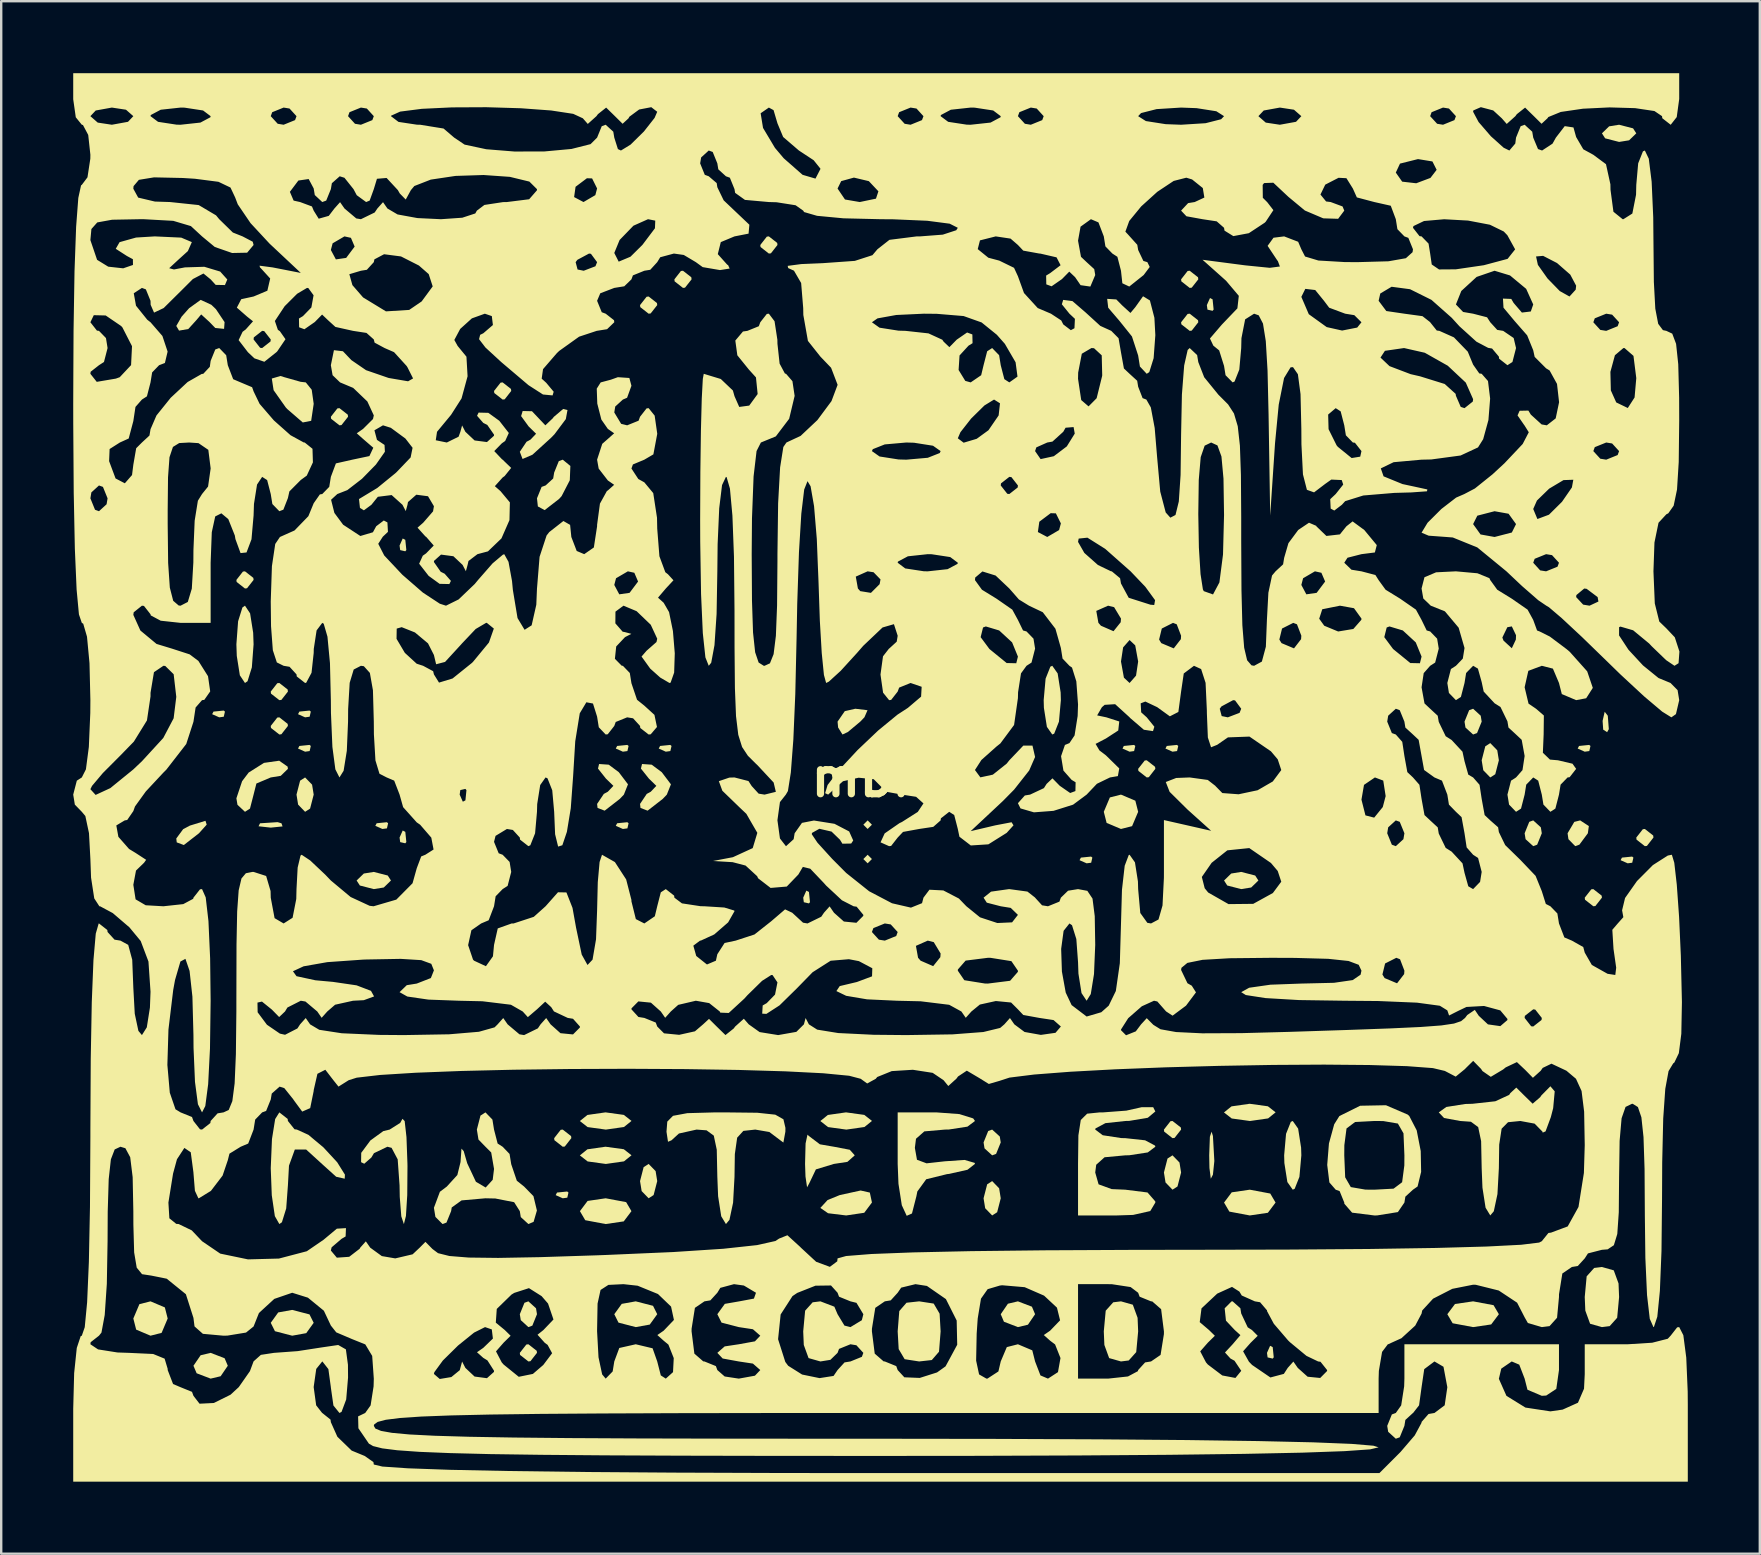
<source format=kicad_pcb>
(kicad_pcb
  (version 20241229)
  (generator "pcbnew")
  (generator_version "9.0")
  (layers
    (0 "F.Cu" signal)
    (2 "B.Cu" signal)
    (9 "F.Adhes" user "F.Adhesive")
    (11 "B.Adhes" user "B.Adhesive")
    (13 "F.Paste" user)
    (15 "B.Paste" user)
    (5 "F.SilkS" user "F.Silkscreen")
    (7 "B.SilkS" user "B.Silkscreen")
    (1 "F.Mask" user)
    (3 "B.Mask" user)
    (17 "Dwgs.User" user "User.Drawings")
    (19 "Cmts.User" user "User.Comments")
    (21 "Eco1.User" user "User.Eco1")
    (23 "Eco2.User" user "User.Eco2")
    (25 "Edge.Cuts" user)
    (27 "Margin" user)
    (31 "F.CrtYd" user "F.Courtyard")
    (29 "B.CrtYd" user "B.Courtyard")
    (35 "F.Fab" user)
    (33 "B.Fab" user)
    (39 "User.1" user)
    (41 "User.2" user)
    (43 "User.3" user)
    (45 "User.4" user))
  (footprint "mbr1"
    (layer "F.Cu")
    (at 33.628 29.335)
    (property "Reference" "mbr1" (at 0 0 0) (layer "F.SilkS") (effects (font (size 1.5 1.5) (thickness 0.3))))
    (attr board_only exclude_from_pos_files exclude_from_bom)
    (fp_poly (pts (xy -0.358 1.968) (xy -0.537 2.146) (xy -0.715 1.968) (xy -0.537 1.789)) (stroke (width 0) (type solid)) (fill yes) (layer "F.SilkS"))
    (fp_poly (pts (xy -0.358 3.399) (xy -0.537 3.577) (xy -0.715 3.399) (xy -0.537 3.22)) (stroke (width 0) (type solid)) (fill yes) (layer "F.SilkS"))
    (fp_poly (pts (xy -27.308 -2.743) (xy -27.357 -2.53) (xy -27.546 -2.504) (xy -27.841 -2.635) (xy -27.785 -2.743) (xy -27.36 -2.786)) (stroke (width 0) (type solid)) (fill yes) (layer "F.SilkS"))
    (fp_poly (pts (xy -24.953 1.91) (xy -24.908 2.04) (xy -25.4 2.09) (xy -25.908 2.034) (xy -25.847 1.91) (xy -25.115 1.862)) (stroke (width 0) (type solid)) (fill yes) (layer "F.SilkS"))
    (fp_poly (pts (xy -23.731 -2.743) (xy -23.78 -2.53) (xy -23.969 -2.504) (xy -24.263 -2.635) (xy -24.208 -2.743) (xy -23.783 -2.786)) (stroke (width 0) (type solid)) (fill yes) (layer "F.SilkS"))
    (fp_poly (pts (xy -23.731 -1.312) (xy -23.78 -1.099) (xy -23.969 -1.073) (xy -24.263 -1.204) (xy -24.208 -1.312) (xy -23.783 -1.355)) (stroke (width 0) (type solid)) (fill yes) (layer "F.SilkS"))
    (fp_poly (pts (xy -20.511 1.908) (xy -20.56 2.121) (xy -20.749 2.146) (xy -21.044 2.016) (xy -20.988 1.908) (xy -20.563 1.865)) (stroke (width 0) (type solid)) (fill yes) (layer "F.SilkS"))
    (fp_poly (pts (xy -19.795 -9.898) (xy -19.752 -9.473) (xy -19.795 -9.421) (xy -20.008 -9.47) (xy -20.034 -9.659) (xy -19.903 -9.954)) (stroke (width 0) (type solid)) (fill yes) (layer "F.SilkS"))
    (fp_poly (pts (xy -19.795 2.266) (xy -19.752 2.69) (xy -19.795 2.743) (xy -20.008 2.694) (xy -20.034 2.504) (xy -19.903 2.21)) (stroke (width 0) (type solid)) (fill yes) (layer "F.SilkS"))
    (fp_poly (pts (xy -12.998 17.291) (xy -13.047 17.504) (xy -13.237 17.53) (xy -13.531 17.399) (xy -13.475 17.291) (xy -13.051 17.248)) (stroke (width 0) (type solid)) (fill yes) (layer "F.SilkS"))
    (fp_poly (pts (xy -10.494 -1.312) (xy -10.543 -1.099) (xy -10.732 -1.073) (xy -11.027 -1.204) (xy -10.971 -1.312) (xy -10.546 -1.355)) (stroke (width 0) (type solid)) (fill yes) (layer "F.SilkS"))
    (fp_poly (pts (xy -10.494 1.908) (xy -10.543 2.121) (xy -10.732 2.146) (xy -11.027 2.016) (xy -10.971 1.908) (xy -10.546 1.865)) (stroke (width 0) (type solid)) (fill yes) (layer "F.SilkS"))
    (fp_poly (pts (xy -8.705 -1.312) (xy -8.754 -1.099) (xy -8.944 -1.073) (xy -9.238 -1.204) (xy -9.182 -1.312) (xy -8.758 -1.355)) (stroke (width 0) (type solid)) (fill yes) (layer "F.SilkS"))
    (fp_poly (pts (xy -2.981 4.77) (xy -2.938 5.195) (xy -2.981 5.247) (xy -3.194 5.198) (xy -3.22 5.008) (xy -3.089 4.714)) (stroke (width 0) (type solid)) (fill yes) (layer "F.SilkS"))
    (fp_poly (pts (xy 8.824 3.339) (xy 8.775 3.552) (xy 8.586 3.577) (xy 8.291 3.447) (xy 8.347 3.339) (xy 8.772 3.296)) (stroke (width 0) (type solid)) (fill yes) (layer "F.SilkS"))
    (fp_poly (pts (xy 10.613 -1.312) (xy 10.564 -1.099) (xy 10.375 -1.073) (xy 10.08 -1.204) (xy 10.136 -1.312) (xy 10.561 -1.355)) (stroke (width 0) (type solid)) (fill yes) (layer "F.SilkS"))
    (fp_poly (pts (xy 12.402 -1.312) (xy 12.353 -1.099) (xy 12.163 -1.073) (xy 11.869 -1.204) (xy 11.925 -1.312) (xy 12.349 -1.355)) (stroke (width 0) (type solid)) (fill yes) (layer "F.SilkS"))
    (fp_poly (pts (xy 13.833 -19.915) (xy 13.876 -19.49) (xy 13.833 -19.438) (xy 13.62 -19.487) (xy 13.594 -19.676) (xy 13.725 -19.971)) (stroke (width 0) (type solid)) (fill yes) (layer "F.SilkS"))
    (fp_poly (pts (xy 16.337 23.731) (xy 16.38 24.155) (xy 16.337 24.208) (xy 16.124 24.158) (xy 16.099 23.969) (xy 16.229 23.675)) (stroke (width 0) (type solid)) (fill yes) (layer "F.SilkS"))
    (fp_poly (pts (xy 29.574 -1.312) (xy 29.525 -1.099) (xy 29.335 -1.073) (xy 29.041 -1.204) (xy 29.097 -1.312) (xy 29.521 -1.355)) (stroke (width 0) (type solid)) (fill yes) (layer "F.SilkS"))
    (fp_poly (pts (xy 30.295 -2.571) (xy 30.338 -2.012) (xy 30.267 -1.886) (xy 30.104 -1.992) (xy 30.079 -2.355) (xy 30.166 -2.737)) (stroke (width 0) (type solid)) (fill yes) (layer "F.SilkS"))
    (fp_poly (pts (xy 31.362 3.339) (xy 31.313 3.552) (xy 31.124 3.577) (xy 30.829 3.447) (xy 30.885 3.339) (xy 31.31 3.296)) (stroke (width 0) (type solid)) (fill yes) (layer "F.SilkS"))
    (fp_poly (pts (xy -29.811 22.076) (xy -29.693 22.538) (xy -29.946 23.136) (xy -30.408 23.254) (xy -31.006 23.001) (xy -31.124 22.538) (xy -30.871 21.94) (xy -30.408 21.823)) (stroke (width 0) (type solid)) (fill yes) (layer "F.SilkS"))
    (fp_poly (pts (xy -28.068 1.966) (xy -28.39 2.325) (xy -29.02 2.815) (xy -29.316 2.705) (xy -29.335 2.542) (xy -29.049 2.155) (xy -28.769 2.006) (xy -28.119 1.806)) (stroke (width 0) (type solid)) (fill yes) (layer "F.SilkS"))
    (fp_poly (pts (xy -27.322 24.193) (xy -27.189 24.506) (xy -27.487 24.943) (xy -27.904 25.042) (xy -28.487 24.819) (xy -28.62 24.506) (xy -28.321 24.069) (xy -27.904 23.969)) (stroke (width 0) (type solid)) (fill yes) (layer "F.SilkS"))
    (fp_poly (pts (xy -26.126 -8.314) (xy -26.115 -8.228) (xy -26.388 -7.881) (xy -26.473 -7.87) (xy -26.821 -8.143) (xy -26.831 -8.228) (xy -26.559 -8.576) (xy -26.473 -8.586)) (stroke (width 0) (type solid)) (fill yes) (layer "F.SilkS"))
    (fp_poly (pts (xy -24.695 -3.663) (xy -24.685 -3.577) (xy -24.957 -3.23) (xy -25.042 -3.22) (xy -25.39 -3.492) (xy -25.4 -3.577) (xy -25.128 -3.925) (xy -25.042 -3.935)) (stroke (width 0) (type solid)) (fill yes) (layer "F.SilkS"))
    (fp_poly (pts (xy -24.695 -2.232) (xy -24.685 -2.146) (xy -24.957 -1.799) (xy -25.042 -1.789) (xy -25.39 -2.061) (xy -25.4 -2.146) (xy -25.128 -2.494) (xy -25.042 -2.504)) (stroke (width 0) (type solid)) (fill yes) (layer "F.SilkS"))
    (fp_poly (pts (xy -23.786 22.367) (xy -23.611 22.717) (xy -23.922 23.148) (xy -24.506 23.254) (xy -25.225 23.067) (xy -25.4 22.717) (xy -25.089 22.285) (xy -24.506 22.18)) (stroke (width 0) (type solid)) (fill yes) (layer "F.SilkS"))
    (fp_poly (pts (xy -23.678 0.3) (xy -23.611 0.715) (xy -23.761 1.297) (xy -23.969 1.431) (xy -24.26 1.131) (xy -24.327 0.715) (xy -24.177 0.134) (xy -23.969 0)) (stroke (width 0) (type solid)) (fill yes) (layer "F.SilkS"))
    (fp_poly (pts (xy -22.191 -15.111) (xy -22.18 -15.025) (xy -22.453 -14.678) (xy -22.538 -14.668) (xy -22.885 -14.94) (xy -22.896 -15.025) (xy -22.624 -15.373) (xy -22.538 -15.383)) (stroke (width 0) (type solid)) (fill yes) (layer "F.SilkS"))
    (fp_poly (pts (xy -20.526 4.085) (xy -20.392 4.293) (xy -20.691 4.584) (xy -21.107 4.651) (xy -21.688 4.501) (xy -21.823 4.293) (xy -21.523 4.002) (xy -21.107 3.935)) (stroke (width 0) (type solid)) (fill yes) (layer "F.SilkS"))
    (fp_poly (pts (xy -15.393 -16.184) (xy -15.383 -16.099) (xy -15.655 -15.751) (xy -15.741 -15.741) (xy -16.088 -16.013) (xy -16.099 -16.099) (xy -15.826 -16.446) (xy -15.741 -16.456)) (stroke (width 0) (type solid)) (fill yes) (layer "F.SilkS"))
    (fp_poly (pts (xy -14.35 22.112) (xy -14.31 22.359) (xy -14.503 22.835) (xy -14.668 22.896) (xy -14.985 22.606) (xy -15.025 22.359) (xy -14.832 21.883) (xy -14.668 21.823)) (stroke (width 0) (type solid)) (fill yes) (layer "F.SilkS"))
    (fp_poly (pts (xy -14.32 23.884) (xy -14.31 23.969) (xy -14.582 24.316) (xy -14.668 24.327) (xy -15.015 24.055) (xy -15.025 23.969) (xy -14.753 23.622) (xy -14.668 23.611)) (stroke (width 0) (type solid)) (fill yes) (layer "F.SilkS"))
    (fp_poly (pts (xy -12.889 14.94) (xy -12.879 15.025) (xy -13.151 15.373) (xy -13.237 15.383) (xy -13.584 15.111) (xy -13.594 15.025) (xy -13.322 14.678) (xy -13.237 14.668)) (stroke (width 0) (type solid)) (fill yes) (layer "F.SilkS"))
    (fp_poly (pts (xy -10.596 17.69) (xy -10.375 18.066) (xy -10.695 18.492) (xy -11.448 18.603) (xy -12.3 18.443) (xy -12.521 18.066) (xy -12.201 17.64) (xy -11.448 17.53)) (stroke (width 0) (type solid)) (fill yes) (layer "F.SilkS"))
    (fp_poly (pts (xy -9.476 22.009) (xy -9.301 22.359) (xy -9.612 22.791) (xy -10.196 22.896) (xy -10.915 22.709) (xy -11.09 22.359) (xy -10.779 21.928) (xy -10.196 21.823)) (stroke (width 0) (type solid)) (fill yes) (layer "F.SilkS"))
    (fp_poly (pts (xy -9.368 16.398) (xy -9.301 16.814) (xy -9.451 17.395) (xy -9.659 17.53) (xy -9.95 17.23) (xy -10.017 16.814) (xy -9.867 16.233) (xy -9.659 16.099)) (stroke (width 0) (type solid)) (fill yes) (layer "F.SilkS"))
    (fp_poly (pts (xy -9.312 -19.762) (xy -9.301 -19.676) (xy -9.574 -19.329) (xy -9.659 -19.318) (xy -10.007 -19.591) (xy -10.017 -19.676) (xy -9.745 -20.023) (xy -9.659 -20.034)) (stroke (width 0) (type solid)) (fill yes) (layer "F.SilkS"))
    (fp_poly (pts (xy -7.881 -20.835) (xy -7.87 -20.749) (xy -8.143 -20.402) (xy -8.228 -20.392) (xy -8.576 -20.664) (xy -8.586 -20.749) (xy -8.314 -21.097) (xy -8.228 -21.107)) (stroke (width 0) (type solid)) (fill yes) (layer "F.SilkS"))
    (fp_poly (pts (xy -4.303 -22.266) (xy -4.293 -22.18) (xy -4.565 -21.833) (xy -4.651 -21.823) (xy -4.998 -22.095) (xy -5.008 -22.18) (xy -4.736 -22.528) (xy -4.651 -22.538)) (stroke (width 0) (type solid)) (fill yes) (layer "F.SilkS"))
    (fp_poly (pts (xy 4.941 17.114) (xy 5.008 17.53) (xy 4.859 18.111) (xy 4.651 18.245) (xy 4.36 17.945) (xy 4.293 17.53) (xy 4.443 16.948) (xy 4.651 16.814)) (stroke (width 0) (type solid)) (fill yes) (layer "F.SilkS"))
    (fp_poly (pts (xy 4.968 14.957) (xy 5.008 15.204) (xy 4.815 15.68) (xy 4.651 15.741) (xy 4.333 15.451) (xy 4.293 15.204) (xy 4.486 14.728) (xy 4.651 14.668)) (stroke (width 0) (type solid)) (fill yes) (layer "F.SilkS"))
    (fp_poly (pts (xy 6.307 22.046) (xy 6.439 22.359) (xy 6.141 22.796) (xy 5.724 22.896) (xy 5.141 22.672) (xy 5.008 22.359) (xy 5.307 21.922) (xy 5.724 21.823)) (stroke (width 0) (type solid)) (fill yes) (layer "F.SilkS"))
    (fp_poly (pts (xy 10.615 0.968) (xy 10.732 1.431) (xy 10.479 2.029) (xy 10.017 2.146) (xy 9.419 1.894) (xy 9.301 1.431) (xy 9.554 0.833) (xy 10.017 0.715)) (stroke (width 0) (type solid)) (fill yes) (layer "F.SilkS"))
    (fp_poly (pts (xy 11.437 -0.443) (xy 11.448 -0.358) (xy 11.176 -0.01) (xy 11.09 0) (xy 10.743 -0.272) (xy 10.732 -0.358) (xy 11.005 -0.705) (xy 11.09 -0.715)) (stroke (width 0) (type solid)) (fill yes) (layer "F.SilkS"))
    (fp_poly (pts (xy 12.454 16.04) (xy 12.521 16.456) (xy 12.371 17.038) (xy 12.163 17.172) (xy 11.873 16.872) (xy 11.806 16.456) (xy 11.955 15.875) (xy 12.163 15.741)) (stroke (width 0) (type solid)) (fill yes) (layer "F.SilkS"))
    (fp_poly (pts (xy 12.511 14.582) (xy 12.521 14.668) (xy 12.249 15.015) (xy 12.163 15.025) (xy 11.816 14.753) (xy 11.806 14.668) (xy 12.078 14.32) (xy 12.163 14.31)) (stroke (width 0) (type solid)) (fill yes) (layer "F.SilkS"))
    (fp_poly (pts (xy 13.226 -20.835) (xy 13.237 -20.749) (xy 12.964 -20.402) (xy 12.879 -20.392) (xy 12.532 -20.664) (xy 12.521 -20.749) (xy 12.793 -21.097) (xy 12.879 -21.107)) (stroke (width 0) (type solid)) (fill yes) (layer "F.SilkS"))
    (fp_poly (pts (xy 13.226 -19.046) (xy 13.237 -18.961) (xy 12.964 -18.613) (xy 12.879 -18.603) (xy 12.532 -18.875) (xy 12.521 -18.961) (xy 12.793 -19.308) (xy 12.879 -19.318)) (stroke (width 0) (type solid)) (fill yes) (layer "F.SilkS"))
    (fp_poly (pts (xy 13.847 14.936) (xy 13.906 15.978) (xy 13.847 16.546) (xy 13.758 16.715) (xy 13.702 16.266) (xy 13.692 15.741) (xy 13.72 14.967) (xy 13.791 14.755)) (stroke (width 0) (type solid)) (fill yes) (layer "F.SilkS"))
    (fp_poly (pts (xy 15.607 4.085) (xy 15.741 4.293) (xy 15.441 4.584) (xy 15.025 4.651) (xy 14.444 4.501) (xy 14.31 4.293) (xy 14.609 4.002) (xy 15.025 3.935)) (stroke (width 0) (type solid)) (fill yes) (layer "F.SilkS"))
    (fp_poly (pts (xy 16.235 17.332) (xy 16.456 17.708) (xy 16.136 18.134) (xy 15.383 18.245) (xy 14.531 18.085) (xy 14.31 17.708) (xy 14.63 17.282) (xy 15.383 17.172)) (stroke (width 0) (type solid)) (fill yes) (layer "F.SilkS"))
    (fp_poly (pts (xy 25.002 -2.572) (xy 25.042 -2.325) (xy 24.849 -1.849) (xy 24.685 -1.789) (xy 24.367 -2.078) (xy 24.327 -2.325) (xy 24.52 -2.801) (xy 24.685 -2.862)) (stroke (width 0) (type solid)) (fill yes) (layer "F.SilkS"))
    (fp_poly (pts (xy 25.537 21.983) (xy 25.758 22.359) (xy 25.438 22.785) (xy 24.685 22.896) (xy 23.832 22.736) (xy 23.611 22.359) (xy 23.931 21.933) (xy 24.685 21.823)) (stroke (width 0) (type solid)) (fill yes) (layer "F.SilkS"))
    (fp_poly (pts (xy 25.691 -1.131) (xy 25.758 -0.715) (xy 25.608 -0.134) (xy 25.4 0) (xy 25.109 -0.3) (xy 25.042 -0.715) (xy 25.192 -1.297) (xy 25.4 -1.431)) (stroke (width 0) (type solid)) (fill yes) (layer "F.SilkS"))
    (fp_poly (pts (xy 27.506 2.078) (xy 27.546 2.325) (xy 27.353 2.801) (xy 27.189 2.862) (xy 26.871 2.572) (xy 26.831 2.325) (xy 27.024 1.849) (xy 27.189 1.789)) (stroke (width 0) (type solid)) (fill yes) (layer "F.SilkS"))
    (fp_poly (pts (xy 29.506 2.026) (xy 29.465 2.325) (xy 29.113 2.799) (xy 28.939 2.862) (xy 28.656 2.572) (xy 28.62 2.325) (xy 28.9 1.851) (xy 29.145 1.789)) (stroke (width 0) (type solid)) (fill yes) (layer "F.SilkS"))
    (fp_poly (pts (xy 30.04 4.923) (xy 30.051 5.008) (xy 29.778 5.356) (xy 29.693 5.366) (xy 29.346 5.094) (xy 29.335 5.008) (xy 29.607 4.661) (xy 29.693 4.651)) (stroke (width 0) (type solid)) (fill yes) (layer "F.SilkS"))
    (fp_poly (pts (xy 31.348 -27.039) (xy 31.482 -26.831) (xy 31.182 -26.54) (xy 30.766 -26.473) (xy 30.185 -26.623) (xy 30.051 -26.831) (xy 30.35 -27.122) (xy 30.766 -27.189)) (stroke (width 0) (type solid)) (fill yes) (layer "F.SilkS"))
    (fp_poly (pts (xy 32.187 2.419) (xy 32.197 2.504) (xy 31.925 2.852) (xy 31.839 2.862) (xy 31.492 2.59) (xy 31.482 2.504) (xy 31.754 2.157) (xy 31.839 2.146)) (stroke (width 0) (type solid)) (fill yes) (layer "F.SilkS"))
    (fp_poly (pts (xy -0.541 -2.801) (xy -0.669 -2.507) (xy -0.843 -2.325) (xy -1.363 -1.891) (xy -1.584 -1.789) (xy -1.766 -2.08) (xy -1.789 -2.325) (xy -1.488 -2.762) (xy -1.048 -2.862)) (stroke (width 0) (type solid)) (fill yes) (layer "F.SilkS"))
    (fp_poly (pts (xy -0.445 17.292) (xy -0.358 17.699) (xy -0.358 17.708) (xy -0.678 18.134) (xy -1.431 18.245) (xy -2.185 18.153) (xy -2.504 17.933) (xy -2.504 17.929) (xy -2.204 17.603) (xy -1.699 17.397) (xy -0.829 17.206)) (stroke (width 0) (type solid)) (fill yes) (layer "F.SilkS"))
    (fp_poly (pts (xy -26.26 -6.835) (xy -26.132 -6.026) (xy -26.115 -5.545) (xy -26.187 -4.585) (xy -26.366 -4.009) (xy -26.473 -3.935) (xy -26.687 -4.255) (xy -26.815 -5.064) (xy -26.831 -5.545) (xy -26.76 -6.505) (xy -26.58 -7.081) (xy -26.473 -7.155)) (stroke (width 0) (type solid)) (fill yes) (layer "F.SilkS"))
    (fp_poly (pts (xy -24.834 -16.673) (xy -24.153 -16.48) (xy -23.94 -16.456) (xy -23.693 -16.15) (xy -23.611 -15.562) (xy -23.716 -14.856) (xy -24.066 -14.787) (xy -24.713 -15.347) (xy -24.774 -15.413) (xy -25.281 -16.132) (xy -25.356 -16.617) (xy -24.994 -16.723)) (stroke (width 0) (type solid)) (fill yes) (layer "F.SilkS"))
    (fp_poly (pts (xy -10.694 14.056) (xy -10.375 14.305) (xy -10.375 14.31) (xy -10.686 14.561) (xy -11.435 14.668) (xy -11.448 14.668) (xy -12.201 14.564) (xy -12.521 14.314) (xy -12.521 14.31) (xy -12.21 14.059) (xy -11.461 13.952) (xy -11.448 13.952)) (stroke (width 0) (type solid)) (fill yes) (layer "F.SilkS"))
    (fp_poly (pts (xy -10.694 15.487) (xy -10.375 15.736) (xy -10.375 15.741) (xy -10.686 15.992) (xy -11.435 16.099) (xy -11.448 16.099) (xy -12.201 15.995) (xy -12.521 15.745) (xy -12.521 15.741) (xy -12.21 15.49) (xy -11.461 15.383) (xy -11.448 15.383)) (stroke (width 0) (type solid)) (fill yes) (layer "F.SilkS"))
    (fp_poly (pts (xy -0.677 14.056) (xy -0.358 14.305) (xy -0.358 14.31) (xy -0.669 14.561) (xy -1.418 14.668) (xy -1.431 14.668) (xy -2.185 14.564) (xy -2.504 14.314) (xy -2.504 14.31) (xy -2.193 14.059) (xy -1.444 13.952) (xy -1.431 13.952)) (stroke (width 0) (type solid)) (fill yes) (layer "F.SilkS"))
    (fp_poly (pts (xy 2.215 21.916) (xy 2.462 22.337) (xy 2.504 23.075) (xy 2.437 23.921) (xy 2.137 24.268) (xy 1.61 24.327) (xy 1.005 24.233) (xy 0.757 23.812) (xy 0.715 23.075) (xy 0.782 22.228) (xy 1.083 21.881) (xy 1.61 21.823)) (stroke (width 0) (type solid)) (fill yes) (layer "F.SilkS"))
    (fp_poly (pts (xy 7.379 -4.333) (xy 7.504 -3.54) (xy 7.513 -3.22) (xy 7.433 -2.324) (xy 7.235 -1.825) (xy 7.155 -1.789) (xy 6.931 -2.106) (xy 6.806 -2.899) (xy 6.797 -3.22) (xy 6.877 -4.116) (xy 7.075 -4.614) (xy 7.155 -4.651)) (stroke (width 0) (type solid)) (fill yes) (layer "F.SilkS"))
    (fp_poly (pts (xy 10.51 21.963) (xy 10.709 22.509) (xy 10.732 23.075) (xy 10.652 23.938) (xy 10.34 24.286) (xy 10.017 24.327) (xy 9.524 24.187) (xy 9.325 23.64) (xy 9.301 23.075) (xy 9.381 22.212) (xy 9.694 21.863) (xy 10.017 21.823)) (stroke (width 0) (type solid)) (fill yes) (layer "F.SilkS"))
    (fp_poly (pts (xy 16.137 13.698) (xy 16.456 13.948) (xy 16.456 13.952) (xy 16.145 14.203) (xy 15.396 14.31) (xy 15.383 14.31) (xy 14.63 14.206) (xy 14.31 13.957) (xy 14.31 13.952) (xy 14.621 13.701) (xy 15.37 13.594) (xy 15.383 13.594)) (stroke (width 0) (type solid)) (fill yes) (layer "F.SilkS"))
    (fp_poly (pts (xy 17.396 14.627) (xy 17.52 15.42) (xy 17.53 15.741) (xy 17.45 16.637) (xy 17.252 17.135) (xy 17.172 17.172) (xy 16.948 16.854) (xy 16.823 16.062) (xy 16.814 15.741) (xy 16.893 14.845) (xy 17.092 14.346) (xy 17.172 14.31)) (stroke (width 0) (type solid)) (fill yes) (layer "F.SilkS"))
    (fp_poly (pts (xy 30.544 20.532) (xy 30.743 21.078) (xy 30.766 21.644) (xy 30.686 22.507) (xy 30.374 22.855) (xy 30.051 22.896) (xy 29.558 22.756) (xy 29.359 22.209) (xy 29.335 21.644) (xy 29.415 20.781) (xy 29.728 20.432) (xy 30.051 20.392)) (stroke (width 0) (type solid)) (fill yes) (layer "F.SilkS"))
    (fp_poly (pts (xy -12.919 -12.976) (xy -12.943 -12.378) (xy -13.284 -11.718) (xy -13.39 -11.601) (xy -13.99 -11.136) (xy -14.273 -11.289) (xy -14.31 -11.627) (xy -14.117 -12.103) (xy -13.952 -12.163) (xy -13.635 -12.453) (xy -13.594 -12.7) (xy -13.401 -13.176) (xy -13.237 -13.237)) (stroke (width 0) (type solid)) (fill yes) (layer "F.SilkS"))
    (fp_poly (pts (xy -27.876 -19.69) (xy -27.683 -19.506) (xy -27.323 -18.967) (xy -27.344 -18.686) (xy -27.712 -18.723) (xy -27.951 -18.971) (xy -28.298 -19.288) (xy -28.498 -19.05) (xy -28.835 -18.679) (xy -29.22 -18.613) (xy -29.335 -18.807) (xy -29.113 -19.195) (xy -28.799 -19.548) (xy -28.319 -19.894)) (stroke (width 0) (type solid)) (fill yes) (layer "F.SilkS"))
    (fp_poly (pts (xy -24.697 -0.451) (xy -24.685 -0.358) (xy -24.984 -0.067) (xy -25.4 0) (xy -25.998 0.253) (xy -26.115 0.715) (xy -26.265 1.297) (xy -26.473 1.431) (xy -26.786 1.14) (xy -26.831 0.869) (xy -26.593 0.156) (xy -26.32 -0.204) (xy -25.682 -0.607) (xy -25.048 -0.697)) (stroke (width 0) (type solid)) (fill yes) (layer "F.SilkS"))
    (fp_poly (pts (xy -11.321 -0.532) (xy -10.903 -0.221) (xy -10.519 0.286) (xy -10.69 0.715) (xy -10.86 0.894) (xy -11.491 1.384) (xy -11.786 1.27) (xy -11.806 1.103) (xy -11.526 0.686) (xy -11.358 0.594) (xy -11.127 0.35) (xy -11.438 0.047) (xy -11.768 -0.369) (xy -11.723 -0.56)) (stroke (width 0) (type solid)) (fill yes) (layer "F.SilkS"))
    (fp_poly (pts (xy -9.532 -0.532) (xy -9.114 -0.221) (xy -8.73 0.286) (xy -8.901 0.715) (xy -9.071 0.894) (xy -9.702 1.384) (xy -9.998 1.27) (xy -10.017 1.103) (xy -9.738 0.686) (xy -9.57 0.594) (xy -9.338 0.35) (xy -9.649 0.047) (xy -9.98 -0.369) (xy -9.934 -0.56)) (stroke (width 0) (type solid)) (fill yes) (layer "F.SilkS"))
    (fp_poly (pts (xy -2.983 14.936) (xy -2.525 15.282) (xy -1.938 15.383) (xy -1.28 15.509) (xy -1.073 15.741) (xy -1.379 16.013) (xy -1.943 16.099) (xy -2.692 16.327) (xy -2.967 16.904) (xy -3.059 17.073) (xy -3.125 16.623) (xy -3.143 16.099) (xy -3.121 15.246) (xy -3.042 14.879)) (stroke (width 0) (type solid)) (fill yes) (layer "F.SilkS"))
    (fp_poly (pts (xy 11.222 -19.87) (xy 11.409 -19.148) (xy 11.448 -18.424) (xy 11.377 -17.464) (xy 11.197 -16.888) (xy 11.09 -16.814) (xy 10.806 -17.116) (xy 10.732 -17.577) (xy 10.474 -18.369) (xy 9.96 -19.01) (xy 9.485 -19.566) (xy 9.442 -19.936) (xy 9.822 -19.912) (xy 10.064 -19.666) (xy 10.411 -19.349) (xy 10.611 -19.587) (xy 10.936 -20.044)) (stroke (width 0) (type solid)) (fill yes) (layer "F.SilkS"))
    (fp_poly (pts (xy -13.039 -15.305) (xy -13.108 -14.928) (xy -13.579 -14.298) (xy -13.719 -14.153) (xy -14.499 -13.443) (xy -14.911 -13.266) (xy -15.025 -13.565) (xy -14.746 -13.982) (xy -14.578 -14.074) (xy -14.347 -14.317) (xy -14.657 -14.621) (xy -14.971 -15.052) (xy -14.906 -15.264) (xy -14.518 -15.255) (xy -14.29 -15.015) (xy -13.962 -14.668) (xy -13.644 -14.969) (xy -13.614 -15.015) (xy -13.22 -15.349)) (stroke (width 0) (type solid)) (fill yes) (layer "F.SilkS"))
    (fp_poly (pts (xy -24.695 14.224) (xy -24.685 14.31) (xy -24.41 14.655) (xy -24.311 14.668) (xy -23.831 14.887) (xy -23.205 15.41) (xy -22.631 16.031) (xy -22.31 16.545) (xy -22.319 16.714) (xy -22.674 16.634) (xy -23.204 16.156) (xy -23.925 15.499) (xy -24.397 15.5) (xy -24.64 16.17) (xy -24.685 16.993) (xy -24.756 17.953) (xy -24.935 18.529) (xy -25.042 18.603) (xy -25.229 18.274) (xy -25.357 17.404) (xy -25.4 16.277) (xy -25.349 15.062) (xy -25.216 14.23) (xy -25.042 13.952)) (stroke (width 0) (type solid)) (fill yes) (layer "F.SilkS"))
    (fp_poly (pts (xy -19.821 14.315) (xy -19.746 14.984) (xy -19.706 16.085) (xy -19.704 16.188) (xy -19.714 17.398) (xy -19.768 18.264) (xy -19.853 18.603) (xy -19.855 18.603) (xy -19.962 18.283) (xy -20.026 17.473) (xy -20.034 16.993) (xy -20.112 15.909) (xy -20.367 15.428) (xy -20.541 15.383) (xy -21.101 15.651) (xy -21.207 15.83) (xy -21.505 16.091) (xy -21.637 16.026) (xy -21.631 15.637) (xy -21.248 15.12) (xy -20.712 14.732) (xy -20.447 14.668) (xy -20.006 14.388) (xy -19.913 14.22)) (stroke (width 0) (type solid)) (fill yes) (layer "F.SilkS"))
    (fp_poly (pts (xy 3.285 14.023) (xy 3.861 14.203) (xy 3.935 14.31) (xy 3.621 14.546) (xy 2.847 14.665) (xy 2.683 14.668) (xy 1.826 14.743) (xy 1.478 15.05) (xy 1.431 15.43) (xy 1.519 15.926) (xy 1.919 16.074) (xy 2.683 15.989) (xy 3.504 15.933) (xy 3.922 16.055) (xy 3.935 16.098) (xy 3.622 16.342) (xy 2.859 16.514) (xy 2.773 16.523) (xy 1.904 16.737) (xy 1.534 17.246) (xy 1.496 17.44) (xy 1.311 18.163) (xy 1.091 18.26) (xy 0.887 17.819) (xy 0.748 16.925) (xy 0.715 16.099) (xy 0.715 13.952) (xy 2.325 13.952)) (stroke (width 0) (type solid)) (fill yes) (layer "F.SilkS"))
    (fp_poly (pts (xy -5.13 13.967) (xy -4.383 14.047) (xy -4.044 14.24) (xy -3.961 14.597) (xy -3.963 14.757) (xy -4.046 15.208) (xy -4.172 15.115) (xy -4.63 14.769) (xy -5.217 14.668) (xy -5.713 14.723) (xy -5.971 15.005) (xy -6.068 15.689) (xy -6.082 16.635) (xy -6.141 17.713) (xy -6.292 18.427) (xy -6.439 18.603) (xy -6.635 18.279) (xy -6.765 17.445) (xy -6.797 16.635) (xy -6.821 15.507) (xy -6.945 14.92) (xy -7.246 14.699) (xy -7.662 14.668) (xy -8.397 14.832) (xy -8.707 15.115) (xy -8.852 15.176) (xy -8.915 14.757) (xy -8.882 14.336) (xy -8.644 14.095) (xy -8.047 13.984) (xy -6.937 13.953) (xy -6.439 13.952)) (stroke (width 0) (type solid)) (fill yes) (layer "F.SilkS"))
    (fp_poly (pts (xy 28.084 13.076) (xy 28.02 13.776) (xy 27.923 14.149) (xy 27.703 14.743) (xy 27.582 14.795) (xy 27.577 14.757) (xy 27.246 14.42) (xy 26.652 14.31) (xy 26.14 14.361) (xy 25.873 14.631) (xy 25.772 15.295) (xy 25.758 16.277) (xy 25.699 17.355) (xy 25.547 18.07) (xy 25.4 18.245) (xy 25.204 17.922) (xy 25.074 17.087) (xy 25.042 16.277) (xy 25.019 15.151) (xy 24.896 14.564) (xy 24.595 14.342) (xy 24.148 14.31) (xy 23.476 14.187) (xy 23.254 13.952) (xy 23.57 13.726) (xy 24.36 13.602) (xy 24.655 13.594) (xy 25.61 13.489) (xy 26.186 13.224) (xy 26.237 13.147) (xy 26.484 12.919) (xy 26.804 13.237) (xy 27.165 13.59) (xy 27.481 13.317) (xy 27.527 13.247) (xy 27.904 12.864)) (stroke (width 0) (type solid)) (fill yes) (layer "F.SilkS"))
    (fp_poly (pts (xy 11.359 13.736) (xy 11.448 13.914) (xy 11.134 14.176) (xy 10.361 14.306) (xy 10.196 14.31) (xy 9.368 14.4) (xy 8.954 14.621) (xy 8.944 14.668) (xy 9.258 14.904) (xy 10.031 15.022) (xy 10.196 15.025) (xy 11.023 15.115) (xy 11.437 15.336) (xy 11.448 15.383) (xy 11.133 15.62) (xy 10.36 15.738) (xy 10.196 15.741) (xy 9.333 15.821) (xy 8.985 16.133) (xy 8.944 16.456) (xy 9.084 16.949) (xy 9.631 17.148) (xy 10.196 17.172) (xy 11.122 17.288) (xy 11.446 17.66) (xy 11.448 17.708) (xy 11.237 18.062) (xy 10.521 18.223) (xy 9.838 18.245) (xy 8.228 18.245) (xy 8.228 16.099) (xy 8.243 14.91) (xy 8.342 14.269) (xy 8.607 14.006) (xy 9.121 13.953) (xy 9.272 13.952) (xy 10.24 13.879) (xy 10.882 13.735)) (stroke (width 0) (type solid)) (fill yes) (layer "F.SilkS"))
    (fp_poly (pts (xy -16.166 14.252) (xy -16.099 14.668) (xy -15.949 15.249) (xy -15.741 15.383) (xy -15.452 15.683) (xy -15.383 16.11) (xy -15.15 16.798) (xy -14.846 17.042) (xy -14.457 17.441) (xy -14.313 18.039) (xy -14.451 18.512) (xy -14.668 18.603) (xy -14.985 18.313) (xy -15.025 18.066) (xy -15.262 17.693) (xy -16.045 17.539) (xy -16.456 17.53) (xy -17.451 17.618) (xy -17.861 17.912) (xy -17.887 18.066) (xy -18.08 18.542) (xy -18.245 18.603) (xy -18.541 18.305) (xy -18.603 17.926) (xy -18.354 17.259) (xy -18.066 17.042) (xy -17.627 16.56) (xy -17.494 16.02) (xy -17.455 15.461) (xy -17.363 15.565) (xy -17.216 16.072) (xy -16.854 16.842) (xy -16.447 17.082) (xy -16.154 16.76) (xy -16.099 16.307) (xy -16.217 15.621) (xy -16.456 15.383) (xy -16.747 15.083) (xy -16.814 14.668) (xy -16.664 14.086) (xy -16.456 13.952)) (stroke (width 0) (type solid)) (fill yes) (layer "F.SilkS"))
    (fp_poly (pts (xy 21.959 14.043) (xy 22.027 14.105) (xy 22.335 14.7) (xy 22.503 15.562) (xy 22.52 16.429) (xy 22.372 17.038) (xy 22.18 17.172) (xy 21.863 17.462) (xy 21.823 17.708) (xy 21.551 18.105) (xy 20.684 18.244) (xy 20.57 18.245) (xy 19.644 18.129) (xy 19.321 17.757) (xy 19.318 17.708) (xy 19.125 17.232) (xy 18.961 17.172) (xy 18.698 16.87) (xy 18.608 16.141) (xy 18.64 15.741) (xy 19.318 15.741) (xy 19.356 16.657) (xy 19.59 17.064) (xy 20.201 17.169) (xy 20.57 17.172) (xy 21.372 17.129) (xy 21.728 16.861) (xy 21.82 16.163) (xy 21.823 15.741) (xy 21.785 14.825) (xy 21.551 14.417) (xy 20.94 14.313) (xy 20.57 14.31) (xy 19.769 14.353) (xy 19.412 14.621) (xy 19.321 15.319) (xy 19.318 15.741) (xy 18.64 15.741) (xy 18.68 15.246) (xy 18.899 14.448) (xy 19.114 14.105) (xy 19.98 13.675) (xy 21.054 13.654)) (stroke (width 0) (type solid)) (fill yes) (layer "F.SilkS"))
    (fp_poly (pts (xy 24.865 -8.505) (xy 25.363 -8.302) (xy 25.4 -8.22) (xy 25.69 -7.82) (xy 26.294 -7.448) (xy 26.954 -6.99) (xy 27.189 -6.561) (xy 27.349 -6.122) (xy 27.457 -6.081) (xy 27.882 -5.868) (xy 28.579 -5.345) (xy 28.709 -5.235) (xy 29.437 -4.42) (xy 29.671 -3.731) (xy 29.395 -3.299) (xy 28.977 -3.22) (xy 28.38 -3.473) (xy 28.262 -3.935) (xy 28.009 -4.533) (xy 27.546 -4.651) (xy 26.985 -4.441) (xy 26.831 -3.756) (xy 26.994 -3.074) (xy 27.306 -2.862) (xy 27.632 -2.58) (xy 27.623 -1.789) (xy 27.591 -1.028) (xy 27.886 -0.744) (xy 28.221 -0.715) (xy 28.824 -0.573) (xy 28.977 -0.358) (xy 28.705 -0.01) (xy 28.62 0) (xy 28.329 0.3) (xy 28.262 0.715) (xy 28.112 1.297) (xy 27.904 1.431) (xy 27.614 1.131) (xy 27.546 0.715) (xy 27.397 0.134) (xy 27.189 0) (xy 26.898 0.3) (xy 26.831 0.715) (xy 26.681 1.297) (xy 26.473 1.431) (xy 26.183 1.131) (xy 26.115 0.715) (xy 26.265 0.134) (xy 26.473 0) (xy 26.742 -0.306) (xy 26.831 -0.894) (xy 26.709 -1.567) (xy 26.473 -1.789) (xy 26.158 -2.079) (xy 26.115 -2.337) (xy 25.826 -2.934) (xy 25.579 -3.09) (xy 25.126 -3.578) (xy 25.042 -3.973) (xy 24.885 -4.534) (xy 24.685 -4.651) (xy 24.394 -4.351) (xy 24.327 -3.935) (xy 24.177 -3.354) (xy 23.969 -3.22) (xy 23.678 -3.519) (xy 23.611 -3.935) (xy 23.761 -4.517) (xy 23.969 -4.651) (xy 24.256 -4.951) (xy 24.327 -5.392) (xy 24.201 -5.828) (xy 25.903 -5.828) (xy 25.952 -5.699) (xy 26.297 -5.382) (xy 26.466 -5.743) (xy 26.473 -5.924) (xy 26.297 -6.292) (xy 26.11 -6.257) (xy 25.903 -5.828) (xy 24.201 -5.828) (xy 24.083 -6.237) (xy 23.509 -6.92) (xy 22.921 -7.155) (xy 22.61 -7.454) (xy 22.538 -7.87) (xy 22.658 -8.339) (xy 23.143 -8.545) (xy 23.969 -8.586)) (stroke (width 0) (type solid)) (fill yes) (layer "F.SilkS"))
    (fp_poly (pts (xy 33.27 -28.262) (xy 33.167 -27.508) (xy 32.917 -27.189) (xy 32.913 -27.189) (xy 32.565 -27.461) (xy 32.555 -27.546) (xy 32.238 -27.76) (xy 31.434 -27.88) (xy 30.368 -27.911) (xy 29.261 -27.857) (xy 28.337 -27.722) (xy 27.819 -27.51) (xy 27.782 -27.457) (xy 27.536 -27.229) (xy 27.216 -27.546) (xy 26.851 -27.903) (xy 26.506 -27.629) (xy 26.446 -27.546) (xy 26.085 -27.222) (xy 25.88 -27.457) (xy 25.522 -27.785) (xy 25.007 -27.921) (xy 24.693 -27.784) (xy 24.685 -27.729) (xy 24.913 -27.302) (xy 25.425 -26.709) (xy 25.957 -26.232) (xy 26.195 -26.115) (xy 26.442 -26.406) (xy 26.473 -26.652) (xy 26.666 -27.128) (xy 26.831 -27.189) (xy 27.148 -26.899) (xy 27.189 -26.652) (xy 27.388 -26.176) (xy 27.558 -26.115) (xy 27.993 -26.401) (xy 28.133 -26.652) (xy 28.502 -27.131) (xy 28.865 -27.076) (xy 28.977 -26.676) (xy 29.275 -26.166) (xy 29.693 -25.937) (xy 30.22 -25.546) (xy 30.404 -24.707) (xy 30.408 -24.482) (xy 30.53 -23.565) (xy 30.914 -23.254) (xy 30.945 -23.254) (xy 31.318 -23.49) (xy 31.472 -24.273) (xy 31.482 -24.685) (xy 31.561 -25.581) (xy 31.759 -26.079) (xy 31.839 -26.115) (xy 32.003 -25.774) (xy 32.122 -24.816) (xy 32.188 -23.336) (xy 32.197 -22.359) (xy 32.214 -20.644) (xy 32.274 -19.528) (xy 32.395 -18.896) (xy 32.592 -18.633) (xy 32.734 -18.603) (xy 32.98 -18.487) (xy 33.14 -18.062) (xy 33.23 -17.213) (xy 33.267 -15.823) (xy 33.27 -14.885) (xy 33.25 -13.141) (xy 33.179 -11.993) (xy 33.039 -11.32) (xy 32.816 -11.003) (xy 32.734 -10.961) (xy 32.408 -10.609) (xy 32.239 -9.786) (xy 32.197 -8.586) (xy 32.253 -7.249) (xy 32.441 -6.494) (xy 32.734 -6.211) (xy 33.086 -5.838) (xy 33.279 -5.246) (xy 33.243 -4.759) (xy 33.074 -4.651) (xy 32.725 -4.887) (xy 32.123 -5.467) (xy 32.02 -5.578) (xy 31.351 -6.13) (xy 30.823 -6.284) (xy 30.766 -6.26) (xy 30.765 -5.916) (xy 31.156 -5.321) (xy 31.761 -4.667) (xy 32.408 -4.142) (xy 32.909 -3.935) (xy 33.203 -3.636) (xy 33.27 -3.22) (xy 33.134 -2.638) (xy 32.944 -2.504) (xy 32.562 -2.741) (xy 31.81 -3.376) (xy 30.819 -4.295) (xy 30.27 -4.83) (xy 29.224 -5.846) (xy 28.375 -6.637) (xy 27.844 -7.09) (xy 27.734 -7.155) (xy 27.397 -7.384) (xy 27.25 -7.513) (xy 28.977 -7.513) (xy 29.269 -7.199) (xy 29.535 -7.155) (xy 29.905 -7.328) (xy 29.872 -7.513) (xy 29.414 -7.857) (xy 29.314 -7.87) (xy 28.987 -7.598) (xy 28.977 -7.513) (xy 27.25 -7.513) (xy 26.719 -7.976) (xy 26.073 -8.586) (xy 25.637 -8.944) (xy 27.189 -8.944) (xy 27.478 -8.626) (xy 27.725 -8.586) (xy 28.201 -8.779) (xy 28.262 -8.944) (xy 27.972 -9.261) (xy 27.725 -9.301) (xy 27.249 -9.108) (xy 27.189 -8.944) (xy 25.637 -8.944) (xy 24.859 -9.582) (xy 23.839 -9.996) (xy 23.568 -10.017) (xy 22.833 -10.071) (xy 22.538 -10.196) (xy 22.754 -10.554) (xy 24.685 -10.554) (xy 24.995 -10.122) (xy 25.579 -10.017) (xy 26.298 -10.203) (xy 26.473 -10.554) (xy 26.162 -10.985) (xy 25.579 -11.09) (xy 24.86 -10.904) (xy 24.685 -10.554) (xy 22.754 -10.554) (xy 22.789 -10.611) (xy 23.36 -11.18) (xy 23.363 -11.183) (xy 27.189 -11.183) (xy 27.363 -10.765) (xy 27.845 -10.945) (xy 28.387 -11.482) (xy 28.8 -12.08) (xy 28.859 -12.401) (xy 28.45 -12.386) (xy 27.853 -12.03) (xy 27.344 -11.535) (xy 27.189 -11.183) (xy 23.363 -11.183) (xy 23.977 -11.657) (xy 24.32 -11.806) (xy 24.759 -12.037) (xy 25.495 -12.628) (xy 25.992 -13.088) (xy 26.47 -13.594) (xy 29.693 -13.594) (xy 29.983 -13.277) (xy 30.23 -13.237) (xy 30.706 -13.43) (xy 30.766 -13.594) (xy 30.476 -13.912) (xy 30.23 -13.952) (xy 29.753 -13.759) (xy 29.693 -13.594) (xy 26.47 -13.594) (xy 26.75 -13.891) (xy 27.004 -14.379) (xy 26.818 -14.676) (xy 26.814 -14.678) (xy 26.536 -15.08) (xy 26.622 -15.274) (xy 26.987 -15.282) (xy 27.089 -15.115) (xy 27.539 -14.705) (xy 27.755 -14.668) (xy 28.125 -14.957) (xy 28.266 -15.63) (xy 28.18 -16.393) (xy 27.903 -16.895) (xy 30.404 -16.895) (xy 30.422 -16.123) (xy 30.647 -15.622) (xy 31.128 -15.389) (xy 31.411 -15.828) (xy 31.482 -16.635) (xy 31.365 -17.561) (xy 30.994 -17.885) (xy 30.945 -17.887) (xy 30.592 -17.587) (xy 30.404 -16.895) (xy 27.903 -16.895) (xy 27.871 -16.953) (xy 27.725 -17.042) (xy 27.249 -17.519) (xy 27.189 -17.794) (xy 26.937 -18.415) (xy 26.459 -18.961) (xy 29.693 -18.961) (xy 29.983 -18.643) (xy 30.23 -18.603) (xy 30.706 -18.796) (xy 30.766 -18.961) (xy 30.476 -19.278) (xy 30.23 -19.318) (xy 29.753 -19.125) (xy 29.693 -18.961) (xy 26.459 -18.961) (xy 26.416 -19.01) (xy 25.951 -19.568) (xy 25.928 -19.947) (xy 26.275 -19.933) (xy 26.373 -19.765) (xy 26.717 -19.365) (xy 27.088 -19.41) (xy 27.189 -19.702) (xy 26.895 -20.353) (xy 26.223 -20.911) (xy 25.579 -21.107) (xy 24.832 -20.85) (xy 24.193 -20.264) (xy 23.969 -19.702) (xy 24.268 -19.39) (xy 24.685 -19.318) (xy 25.266 -19.168) (xy 25.4 -18.961) (xy 25.69 -18.643) (xy 25.937 -18.603) (xy 26.374 -18.305) (xy 26.473 -17.887) (xy 26.323 -17.306) (xy 26.115 -17.172) (xy 25.768 -17.444) (xy 25.758 -17.53) (xy 25.475 -17.867) (xy 25.311 -17.895) (xy 24.824 -18.152) (xy 24.117 -18.792) (xy 23.794 -19.147) (xy 22.95 -19.894) (xy 22.057 -20.338) (xy 21.289 -20.44) (xy 20.818 -20.159) (xy 20.749 -19.855) (xy 21.069 -19.429) (xy 21.823 -19.318) (xy 22.576 -19.215) (xy 22.896 -18.965) (xy 22.896 -18.961) (xy 23.171 -18.617) (xy 23.279 -18.603) (xy 23.886 -18.332) (xy 24.462 -17.737) (xy 24.685 -17.197) (xy 24.942 -16.83) (xy 25.042 -16.814) (xy 25.305 -16.513) (xy 25.394 -15.783) (xy 25.323 -14.888) (xy 25.104 -14.09) (xy 24.889 -13.748) (xy 24.164 -13.411) (xy 22.943 -13.246) (xy 22.534 -13.237) (xy 21.374 -13.132) (xy 20.84 -12.874) (xy 20.955 -12.543) (xy 21.743 -12.221) (xy 22.209 -12.121) (xy 22.779 -11.997) (xy 22.764 -11.92) (xy 22.114 -11.873) (xy 21.405 -11.853) (xy 20.11 -11.745) (xy 19.355 -11.509) (xy 19.218 -11.358) (xy 18.903 -11.118) (xy 18.752 -11.199) (xy 18.733 -11.591) (xy 18.961 -11.806) (xy 19.274 -12.201) (xy 19.213 -12.388) (xy 18.778 -12.408) (xy 18.525 -12.229) (xy 18.06 -11.875) (xy 17.762 -11.981) (xy 17.597 -12.623) (xy 17.534 -13.874) (xy 17.53 -14.519) (xy 17.516 -15.117) (xy 18.647 -15.117) (xy 18.664 -14.507) (xy 18.999 -13.833) (xy 19.05 -13.772) (xy 19.625 -13.305) (xy 19.983 -13.363) (xy 20.034 -13.594) (xy 19.762 -13.942) (xy 19.676 -13.952) (xy 19.385 -14.252) (xy 19.318 -14.668) (xy 19.168 -15.249) (xy 18.961 -15.383) (xy 18.647 -15.117) (xy 17.516 -15.117) (xy 17.496 -15.969) (xy 17.386 -16.796) (xy 17.183 -17.091) (xy 17.082 -17.084) (xy 16.81 -16.638) (xy 16.588 -15.53) (xy 16.434 -13.924) (xy 16.232 -10.911) (xy 16.165 -15.115) (xy 16.122 -16.949) (xy 16.09 -17.49) (xy 20.827 -17.49) (xy 21.202 -17.134) (xy 22.083 -16.799) (xy 22.476 -16.709) (xy 23.502 -16.39) (xy 23.957 -15.979) (xy 23.969 -15.899) (xy 24.169 -15.436) (xy 24.327 -15.383) (xy 24.672 -15.658) (xy 24.685 -15.757) (xy 24.38 -16.447) (xy 23.629 -17.151) (xy 22.672 -17.691) (xy 21.809 -17.887) (xy 21.012 -17.772) (xy 20.827 -17.49) (xy 16.09 -17.49) (xy 16.049 -18.176) (xy 15.932 -18.907) (xy 15.754 -19.25) (xy 15.562 -19.318) (xy 15.189 -19.082) (xy 15.035 -18.299) (xy 15.025 -17.887) (xy 14.946 -16.991) (xy 14.748 -16.493) (xy 14.668 -16.456) (xy 14.373 -16.755) (xy 14.31 -17.142) (xy 14.107 -17.789) (xy 13.863 -17.988) (xy 13.723 -18.285) (xy 14.22 -18.865) (xy 14.866 -19.54) (xy 14.92 -20.019) (xy 17.53 -20.019) (xy 17.84 -19.297) (xy 18.586 -18.76) (xy 19.229 -18.616) (xy 19.857 -18.74) (xy 20.034 -18.961) (xy 19.736 -19.257) (xy 19.357 -19.318) (xy 18.69 -19.567) (xy 18.473 -19.855) (xy 18.108 -20.304) (xy 17.695 -20.352) (xy 17.53 -20.019) (xy 14.92 -20.019) (xy 14.925 -20.062) (xy 14.396 -20.688) (xy 14.22 -20.846) (xy 13.415 -21.564) (xy 15.19 -21.332) (xy 16.215 -21.229) (xy 16.636 -21.284) (xy 16.551 -21.513) (xy 16.531 -21.533) (xy 16.125 -22.144) (xy 16.37 -22.482) (xy 16.814 -22.538) (xy 17.397 -22.314) (xy 17.53 -22.001) (xy 17.685 -21.7) (xy 18.24 -21.533) (xy 19.327 -21.469) (xy 19.855 -21.465) (xy 21.159 -21.501) (xy 21.884 -21.629) (xy 22.163 -21.88) (xy 22.18 -22.001) (xy 21.987 -22.477) (xy 21.823 -22.538) (xy 21.532 -22.838) (xy 21.522 -22.896) (xy 22.18 -22.896) (xy 22.453 -22.548) (xy 22.538 -22.538) (xy 22.829 -22.238) (xy 22.896 -21.823) (xy 22.962 -21.368) (xy 23.266 -21.161) (xy 23.964 -21.166) (xy 25.132 -21.337) (xy 26.122 -21.602) (xy 26.201 -21.702) (xy 27.307 -21.702) (xy 27.383 -21.352) (xy 27.784 -20.786) (xy 28.295 -20.261) (xy 28.699 -20.034) (xy 28.958 -20.318) (xy 28.977 -20.484) (xy 28.732 -20.946) (xy 28.181 -21.428) (xy 27.601 -21.727) (xy 27.307 -21.702) (xy 26.201 -21.702) (xy 26.436 -21.998) (xy 26.112 -22.585) (xy 25.962 -22.742) (xy 25.384 -23.024) (xy 24.476 -23.197) (xy 23.481 -23.252) (xy 22.641 -23.179) (xy 22.2 -22.968) (xy 22.18 -22.896) (xy 21.522 -22.896) (xy 21.465 -23.254) (xy 21.255 -23.815) (xy 20.57 -23.969) (xy 19.842 -24.162) (xy 19.676 -24.532) (xy 19.408 -24.962) (xy 19.08 -24.979) (xy 18.526 -24.694) (xy 18.326 -24.281) (xy 18.561 -23.993) (xy 18.752 -23.969) (xy 19.247 -23.785) (xy 19.318 -23.611) (xy 19.063 -23.271) (xy 18.443 -23.29) (xy 17.677 -23.616) (xy 16.99 -24.186) (xy 16.363 -24.774) (xy 15.977 -24.759) (xy 15.919 -24.683) (xy 15.925 -24.147) (xy 16.111 -23.961) (xy 16.365 -23.631) (xy 16.047 -23.151) (xy 16.003 -23.107) (xy 15.342 -22.671) (xy 14.697 -22.55) (xy 14.329 -22.778) (xy 14.31 -22.896) (xy 14.004 -23.165) (xy 13.415 -23.254) (xy 12.743 -23.376) (xy 12.521 -23.611) (xy 12.813 -23.924) (xy 13.088 -23.969) (xy 13.49 -24.156) (xy 13.425 -24.552) (xy 12.979 -24.91) (xy 12.738 -24.983) (xy 12.212 -24.848) (xy 11.531 -24.396) (xy 10.859 -23.787) (xy 10.361 -23.18) (xy 10.2 -22.735) (xy 10.307 -22.62) (xy 10.696 -22.188) (xy 10.732 -21.972) (xy 10.95 -21.515) (xy 11.116 -21.465) (xy 11.214 -21.265) (xy 10.962 -20.928) (xy 10.362 -20.449) (xy 10.074 -20.585) (xy 10.017 -21.107) (xy 9.867 -21.688) (xy 9.659 -21.823) (xy 9.368 -22.122) (xy 9.301 -22.538) (xy 9.078 -23.121) (xy 8.765 -23.254) (xy 8.333 -22.943) (xy 8.228 -22.359) (xy 8.351 -21.687) (xy 8.586 -21.465) (xy 8.903 -21.175) (xy 8.944 -20.928) (xy 8.741 -20.448) (xy 8.334 -20.506) (xy 8.106 -20.839) (xy 7.863 -21.07) (xy 7.559 -20.76) (xy 7.126 -20.459) (xy 6.906 -20.54) (xy 6.899 -20.906) (xy 7.065 -21.007) (xy 7.501 -21.337) (xy 7.333 -21.665) (xy 6.657 -21.822) (xy 6.618 -21.823) (xy 5.946 -21.945) (xy 5.724 -22.18) (xy 5.417 -22.446) (xy 4.8 -22.538) (xy 4.143 -22.372) (xy 4.05 -22.008) (xy 4.491 -21.65) (xy 4.947 -21.529) (xy 5.562 -21.229) (xy 5.724 -20.878) (xy 5.977 -20.179) (xy 6.549 -19.553) (xy 7.1 -19.318) (xy 7.529 -19.036) (xy 7.613 -18.871) (xy 7.928 -18.631) (xy 8.079 -18.712) (xy 8.098 -19.104) (xy 7.87 -19.318) (xy 7.553 -19.71) (xy 7.61 -19.893) (xy 7.995 -19.843) (xy 8.536 -19.376) (xy 9.156 -18.81) (xy 9.612 -18.603) (xy 9.916 -18.297) (xy 10.017 -17.708) (xy 10.139 -17.036) (xy 10.375 -16.814) (xy 10.692 -16.524) (xy 10.732 -16.277) (xy 10.917 -15.801) (xy 11.074 -15.741) (xy 11.26 -15.414) (xy 11.421 -14.557) (xy 11.521 -13.356) (xy 11.521 -13.355) (xy 11.652 -11.908) (xy 11.88 -11.038) (xy 12.074 -10.821) (xy 12.287 -10.933) (xy 12.297 -10.971) (xy 13.237 -10.971) (xy 13.262 -9.575) (xy 13.331 -8.469) (xy 13.429 -7.835) (xy 13.465 -7.761) (xy 13.851 -7.623) (xy 14.117 -8.124) (xy 14.267 -9.287) (xy 14.31 -10.932) (xy 14.287 -12.447) (xy 14.202 -13.371) (xy 14.035 -13.831) (xy 13.773 -13.952) (xy 13.503 -13.821) (xy 13.338 -13.343) (xy 13.257 -12.393) (xy 13.237 -10.971) (xy 12.297 -10.971) (xy 12.426 -11.496) (xy 12.5 -12.6) (xy 12.521 -14.28) (xy 12.555 -15.952) (xy 12.649 -17.161) (xy 12.795 -17.807) (xy 12.879 -17.887) (xy 13.189 -17.594) (xy 13.237 -17.302) (xy 13.483 -16.671) (xy 14.082 -15.935) (xy 14.131 -15.888) (xy 14.479 -15.539) (xy 14.723 -15.162) (xy 14.881 -14.631) (xy 14.971 -13.819) (xy 15.013 -12.601) (xy 15.025 -10.851) (xy 15.025 -9.855) (xy 15.036 -7.791) (xy 15.073 -6.341) (xy 15.148 -5.405) (xy 15.271 -4.882) (xy 15.453 -4.671) (xy 15.562 -4.651) (xy 15.886 -4.827) (xy 16.052 -5.447) (xy 16.064 -5.744) (xy 16.614 -5.744) (xy 16.705 -5.595) (xy 17.224 -5.377) (xy 17.519 -5.76) (xy 17.525 -5.844) (xy 20.985 -5.844) (xy 21.351 -5.351) (xy 22.069 -4.766) (xy 22.469 -4.757) (xy 22.538 -5.034) (xy 22.296 -5.626) (xy 21.757 -6.123) (xy 21.202 -6.29) (xy 21.085 -6.247) (xy 20.985 -5.844) (xy 17.525 -5.844) (xy 17.53 -5.903) (xy 17.348 -6.379) (xy 17.193 -6.439) (xy 16.726 -6.203) (xy 16.614 -5.744) (xy 16.064 -5.744) (xy 16.098 -6.612) (xy 18.274 -6.612) (xy 18.484 -6.32) (xy 19.063 -6.08) (xy 19.696 -6.185) (xy 20.03 -6.567) (xy 20.034 -6.618) (xy 19.723 -7.05) (xy 19.139 -7.155) (xy 18.401 -7.006) (xy 18.274 -6.612) (xy 16.098 -6.612) (xy 16.099 -6.618) (xy 16.157 -7.696) (xy 16.226 -8.019) (xy 17.53 -8.019) (xy 17.738 -7.628) (xy 18.167 -7.69) (xy 18.521 -8.161) (xy 18.365 -8.526) (xy 18.096 -8.586) (xy 17.603 -8.298) (xy 17.53 -8.019) (xy 16.226 -8.019) (xy 16.309 -8.411) (xy 16.456 -8.586) (xy 16.77 -8.877) (xy 16.814 -9.148) (xy 16.992 -9.759) (xy 17.4 -10.309) (xy 17.849 -10.611) (xy 18.149 -10.482) (xy 18.157 -10.461) (xy 18.573 -10.06) (xy 19.135 -10.124) (xy 19.407 -10.461) (xy 19.665 -10.666) (xy 20.152 -10.308) (xy 20.672 -9.679) (xy 20.593 -9.372) (xy 20.034 -9.301) (xy 19.452 -9.152) (xy 19.318 -8.944) (xy 19.618 -8.653) (xy 20.034 -8.586) (xy 20.615 -8.433) (xy 20.749 -8.22) (xy 21.039 -7.82) (xy 21.644 -7.448) (xy 22.304 -6.99) (xy 22.538 -6.561) (xy 22.751 -6.123) (xy 22.896 -6.082) (xy 23.186 -5.782) (xy 23.254 -5.366) (xy 23.104 -4.785) (xy 22.896 -4.651) (xy 22.627 -4.345) (xy 22.538 -3.756) (xy 22.66 -3.084) (xy 22.896 -2.862) (xy 23.211 -2.571) (xy 23.254 -2.314) (xy 23.543 -1.717) (xy 23.79 -1.56) (xy 24.243 -1.072) (xy 24.327 -0.677) (xy 24.484 -0.117) (xy 24.685 0) (xy 24.953 0.306) (xy 25.042 0.894) (xy 25.165 1.567) (xy 25.4 1.789) (xy 25.726 2.075) (xy 25.758 2.275) (xy 26.021 2.817) (xy 26.652 3.433) (xy 27.288 4.1) (xy 27.546 4.736) (xy 27.714 5.269) (xy 27.904 5.366) (xy 28.195 5.666) (xy 28.262 6.082) (xy 28.486 6.664) (xy 28.799 6.797) (xy 29.273 7.064) (xy 29.335 7.296) (xy 29.631 7.811) (xy 30.286 8.179) (xy 30.608 8.228) (xy 30.645 7.924) (xy 30.54 7.188) (xy 30.534 7.155) (xy 30.484 6.346) (xy 30.71 6.082) (xy 30.943 5.82) (xy 30.891 5.534) (xy 31.015 5.021) (xy 31.511 4.316) (xy 32.174 3.65) (xy 32.796 3.253) (xy 32.964 3.22) (xy 33.065 3.554) (xy 33.169 4.464) (xy 33.265 5.81) (xy 33.338 7.423) (xy 33.383 9.358) (xy 33.358 10.679) (xy 33.255 11.485) (xy 33.067 11.876) (xy 33.019 11.913) (xy 32.826 12.233) (xy 32.69 12.971) (xy 32.604 14.208) (xy 32.562 16.027) (xy 32.555 17.547) (xy 32.532 19.729) (xy 32.465 21.388) (xy 32.358 22.463) (xy 32.216 22.891) (xy 32.197 22.896) (xy 32.044 22.551) (xy 31.93 21.565) (xy 31.86 20.011) (xy 31.839 18.245) (xy 31.827 16.308) (xy 31.783 14.981) (xy 31.695 14.157) (xy 31.55 13.73) (xy 31.337 13.596) (xy 31.303 13.594) (xy 31.035 13.724) (xy 30.87 14.197) (xy 30.788 15.137) (xy 30.766 16.635) (xy 30.753 18.114) (xy 30.691 19.017) (xy 30.548 19.485) (xy 30.29 19.657) (xy 30.051 19.676) (xy 29.469 19.826) (xy 29.335 20.034) (xy 29.045 20.351) (xy 28.799 20.392) (xy 28.402 20.663) (xy 28.263 21.53) (xy 28.262 21.644) (xy 28.182 22.507) (xy 27.869 22.855) (xy 27.546 22.896) (xy 26.966 22.725) (xy 26.831 22.488) (xy 26.518 21.879) (xy 25.753 21.372) (xy 24.795 21.133) (xy 24.685 21.13) (xy 23.818 21.302) (xy 23.017 21.712) (xy 22.565 22.204) (xy 22.538 22.335) (xy 22.274 22.834) (xy 21.7 23.359) (xy 21.145 23.611) (xy 21.133 23.611) (xy 20.893 23.929) (xy 20.759 24.721) (xy 20.749 25.042) (xy 20.749 26.473) (xy -0.179 26.473) (xy -4.616 26.475) (xy -8.39 26.481) (xy -11.552 26.493) (xy -14.155 26.511) (xy -16.251 26.538) (xy -17.892 26.575) (xy -19.129 26.622) (xy -20.016 26.682) (xy -20.604 26.756) (xy -20.945 26.845) (xy -21.091 26.95) (xy -21.107 27.01) (xy -21.04 27.124) (xy -20.805 27.22) (xy -20.35 27.301) (xy -19.623 27.368) (xy -18.571 27.422) (xy -17.143 27.464) (xy -15.286 27.496) (xy -12.948 27.519) (xy -10.078 27.534) (xy -6.624 27.542) (xy -2.532 27.546) (xy -0.179 27.546) (xy 4.786 27.553) (xy 9.098 27.571) (xy 12.747 27.601) (xy 15.724 27.643) (xy 18.02 27.696) (xy 19.626 27.761) (xy 20.533 27.837) (xy 20.749 27.904) (xy 20.393 27.989) (xy 19.331 28.063) (xy 17.571 28.126) (xy 15.124 28.177) (xy 11.999 28.216) (xy 8.204 28.243) (xy 3.749 28.259) (xy -0.026 28.262) (xy -4.495 28.26) (xy -8.301 28.252) (xy -11.496 28.238) (xy -14.133 28.216) (xy -16.262 28.186) (xy -17.937 28.144) (xy -19.21 28.092) (xy -20.132 28.026) (xy -20.757 27.947) (xy -21.136 27.852) (xy -21.311 27.751) (xy -21.749 27.11) (xy -21.761 26.615) (xy -21.465 26.473) (xy -21.24 26.156) (xy -21.116 25.364) (xy -21.107 25.049) (xy -21.121 24.847) (xy -18.603 24.847) (xy -18.36 25.057) (xy -17.877 24.977) (xy -17.526 24.69) (xy -17.501 24.595) (xy -17.429 24.331) (xy -17.293 24.595) (xy -16.909 24.956) (xy -16.394 25.024) (xy -16.102 24.763) (xy -16.099 24.714) (xy -16.374 24.283) (xy -16.546 24.178) (xy -16.809 23.943) (xy -16.546 23.76) (xy -16.146 23.373) (xy -16.192 22.992) (xy -16.473 22.896) (xy -16.93 23.125) (xy -17.598 23.664) (xy -18.231 24.288) (xy -18.586 24.775) (xy -18.603 24.847) (xy -21.121 24.847) (xy -21.174 24.096) (xy -21.461 23.617) (xy -22.001 23.4) (xy -22.671 23.115) (xy -22.896 22.831) (xy -22.953 22.71) (xy -16.025 22.71) (xy -15.651 23.018) (xy -15.408 23.257) (xy -15.701 23.546) (xy -16.017 23.907) (xy -15.779 24.364) (xy -15.701 24.454) (xy -15.069 24.966) (xy -14.48 24.846) (xy -14.047 24.473) (xy -13.679 23.984) (xy -13.867 23.637) (xy -13.984 23.552) (xy -14.287 23.214) (xy -14.113 23.075) (xy -11.806 23.075) (xy -11.747 24.152) (xy -11.595 24.867) (xy -11.448 25.042) (xy -11.157 24.743) (xy -11.09 24.327) (xy -10.881 23.766) (xy -10.196 23.611) (xy -9.494 23.779) (xy -9.301 24.327) (xy -9.152 24.908) (xy -8.944 25.042) (xy -8.643 24.772) (xy -8.613 24.187) (xy -8.835 23.626) (xy -9.033 23.462) (xy -9.296 23.227) (xy -9.076 23.075) (xy -7.87 23.075) (xy -7.754 24.001) (xy -7.383 24.324) (xy -7.334 24.327) (xy -6.858 24.52) (xy -6.797 24.685) (xy -6.491 24.953) (xy -5.903 25.042) (xy -5.231 24.92) (xy -5.008 24.685) (xy -5.315 24.416) (xy -5.903 24.327) (xy -6.575 24.204) (xy -6.797 23.969) (xy -6.491 23.7) (xy -5.903 23.611) (xy -5.231 23.489) (xy -5.147 23.4) (xy -4.267 23.4) (xy -3.966 24.347) (xy -3.846 24.507) (xy -3.266 24.872) (xy -2.539 25.021) (xy -1.956 24.93) (xy -1.789 24.685) (xy -1.499 24.367) (xy -1.252 24.327) (xy -0.776 24.134) (xy -0.715 23.969) (xy -1.005 23.652) (xy -1.252 23.611) (xy -1.728 23.804) (xy -1.789 23.969) (xy -2.088 24.26) (xy -2.504 24.327) (xy -2.997 24.187) (xy -3.196 23.64) (xy -3.22 23.075) (xy -0.358 23.075) (xy -0.241 24.001) (xy 0.13 24.324) (xy 0.179 24.327) (xy 0.655 24.52) (xy 0.715 24.685) (xy 0.993 24.987) (xy 1.635 25.013) (xy 2.355 24.784) (xy 2.709 24.531) (xy 2.838 24.293) (xy 3.983 24.293) (xy 4.106 24.867) (xy 4.411 25.041) (xy 4.453 25.042) (xy 4.911 24.743) (xy 5.008 24.327) (xy 5.261 23.729) (xy 5.724 23.611) (xy 6.322 23.864) (xy 6.439 24.327) (xy 6.663 24.909) (xy 6.976 25.042) (xy 7.392 24.772) (xy 7.497 24.185) (xy 7.272 23.618) (xy 7.065 23.462) (xy 6.802 23.227) (xy 7.065 23.045) (xy 7.48 22.614) (xy 7.35 22.086) (xy 6.813 21.585) (xy 6.005 21.233) (xy 5.065 21.153) (xy 4.972 21.165) (xy 4.463 21.316) (xy 4.185 21.711) (xy 4.049 22.538) (xy 4.006 23.164) (xy 3.983 24.293) (xy 2.838 24.293) (xy 3.195 23.631) (xy 3.173 22.622) (xy 2.724 21.729) (xy 1.933 21.181) (xy 1.457 21.107) (xy 8.228 21.107) (xy 8.228 23.075) (xy 8.228 25.042) (xy 9.48 25.042) (xy 10.308 24.952) (xy 10.722 24.731) (xy 10.732 24.685) (xy 11.022 24.367) (xy 11.269 24.327) (xy 11.666 24.055) (xy 11.805 23.189) (xy 11.806 23.075) (xy 11.757 22.689) (xy 13.297 22.689) (xy 13.684 23.018) (xy 13.928 23.257) (xy 13.634 23.546) (xy 13.318 23.907) (xy 13.557 24.364) (xy 13.634 24.454) (xy 14.236 24.91) (xy 14.784 25.014) (xy 15.025 24.719) (xy 15.025 24.714) (xy 14.746 24.297) (xy 14.578 24.205) (xy 14.349 23.954) (xy 14.668 23.611) (xy 14.992 23.23) (xy 14.757 23.018) (xy 14.39 22.628) (xy 14.336 22.113) (xy 14.622 21.825) (xy 14.668 21.823) (xy 14.99 22.11) (xy 15.025 22.329) (xy 15.296 22.905) (xy 15.473 23.018) (xy 15.713 23.258) (xy 15.415 23.552) (xy 15.104 23.904) (xy 15.347 24.337) (xy 15.478 24.473) (xy 16.241 24.994) (xy 16.801 24.845) (xy 16.963 24.595) (xy 17.198 24.332) (xy 17.381 24.595) (xy 17.792 24.963) (xy 18.315 25.015) (xy 18.601 24.726) (xy 18.603 24.685) (xy 18.328 24.34) (xy 18.229 24.327) (xy 17.743 24.094) (xy 17.056 23.526) (xy 16.977 23.449) (xy 16.383 22.756) (xy 16.102 22.233) (xy 16.099 22.197) (xy 15.811 21.86) (xy 15.592 21.823) (xy 15.048 21.58) (xy 14.949 21.416) (xy 14.642 21.221) (xy 14.025 21.502) (xy 13.371 22.116) (xy 13.297 22.689) (xy 11.757 22.689) (xy 11.689 22.149) (xy 11.318 21.825) (xy 11.269 21.823) (xy 10.793 21.629) (xy 10.732 21.465) (xy 10.418 21.228) (xy 9.645 21.11) (xy 9.48 21.107) (xy 8.228 21.107) (xy 1.457 21.107) (xy 0.861 21.252) (xy 0.715 21.465) (xy 0.426 21.782) (xy 0.179 21.823) (xy -0.218 22.094) (xy -0.357 22.961) (xy -0.358 23.075) (xy -3.22 23.075) (xy -3.14 22.212) (xy -2.827 21.863) (xy -2.504 21.823) (xy -1.922 22.046) (xy -1.789 22.359) (xy -1.502 22.833) (xy -1.252 22.896) (xy -0.778 22.609) (xy -0.715 22.359) (xy -1.002 21.885) (xy -1.252 21.823) (xy -1.728 21.629) (xy -1.789 21.465) (xy -2.062 21.162) (xy -2.71 21.171) (xy -3.47 21.472) (xy -3.667 21.605) (xy -4.16 22.37) (xy -4.267 23.4) (xy -5.147 23.4) (xy -5.008 23.254) (xy -5.315 22.985) (xy -5.903 22.896) (xy -6.622 22.709) (xy -6.797 22.359) (xy -6.485 21.928) (xy -5.882 21.823) (xy -5.273 21.709) (xy -5.187 21.465) (xy -5.692 21.164) (xy -6.103 21.107) (xy -6.673 21.261) (xy -6.797 21.465) (xy -7.087 21.782) (xy -7.334 21.823) (xy -7.731 22.094) (xy -7.869 22.961) (xy -7.87 23.075) (xy -9.076 23.075) (xy -9.033 23.045) (xy -8.605 22.597) (xy -8.725 22.041) (xy -9.27 21.518) (xy -10.117 21.172) (xy -10.707 21.107) (xy -11.335 21.138) (xy -11.662 21.349) (xy -11.786 21.916) (xy -11.806 23.014) (xy -11.806 23.075) (xy -14.113 23.075) (xy -14.042 23.018) (xy -13.623 22.579) (xy -13.849 21.915) (xy -14.117 21.606) (xy -14.644 21.273) (xy -15.257 21.471) (xy -15.369 21.539) (xy -15.985 22.139) (xy -16.025 22.71) (xy -22.953 22.71) (xy -23.187 22.214) (xy -23.851 21.67) (xy -24.506 21.465) (xy -25.252 21.721) (xy -25.891 22.308) (xy -26.115 22.87) (xy -26.43 23.124) (xy -27.203 23.25) (xy -27.368 23.254) (xy -28.227 23.176) (xy -28.575 22.867) (xy -28.62 22.512) (xy -28.935 21.526) (xy -29.733 20.88) (xy -30.383 20.749) (xy -30.761 20.692) (xy -30.983 20.42) (xy -31.09 19.784) (xy -31.122 18.636) (xy -31.124 18.066) (xy -31.131 17.709) (xy -29.663 17.709) (xy -29.623 18.364) (xy -29.336 18.596) (xy -29.235 18.603) (xy -28.69 18.867) (xy -28.262 19.318) (xy -27.503 19.835) (xy -26.348 20.075) (xy -25.059 20.041) (xy -23.898 19.736) (xy -23.204 19.261) (xy -22.646 18.796) (xy -22.267 18.773) (xy -22.281 19.12) (xy -22.449 19.218) (xy -22.864 19.573) (xy -22.896 19.706) (xy -22.647 20.004) (xy -22.132 19.968) (xy -21.698 19.634) (xy -21.673 19.587) (xy -21.439 19.324) (xy -21.256 19.587) (xy -20.773 19.938) (xy -20.213 20.034) (xy -19.49 19.864) (xy -19.196 19.587) (xy -18.956 19.345) (xy -18.664 19.642) (xy -18.432 19.816) (xy -17.96 19.934) (xy -17.156 19.999) (xy -15.927 20.014) (xy -14.182 19.982) (xy -11.83 19.906) (xy -11.401 19.89) (xy -8.629 19.769) (xy -6.549 19.633) (xy -5.139 19.48) (xy -4.376 19.309) (xy -4.225 19.209) (xy -3.878 19.07) (xy -3.338 19.563) (xy -3.322 19.582) (xy -2.681 20.175) (xy -2.11 20.386) (xy -1.802 20.156) (xy -1.789 20.034) (xy -1.434 19.935) (xy -0.378 19.851) (xy 1.362 19.784) (xy 3.772 19.732) (xy 6.836 19.697) (xy 10.539 19.679) (xy 12.879 19.676) (xy 16.933 19.667) (xy 20.356 19.642) (xy 23.132 19.599) (xy 25.248 19.54) (xy 26.688 19.466) (xy 27.435 19.375) (xy 27.546 19.318) (xy 27.822 18.975) (xy 27.93 18.961) (xy 28.625 18.702) (xy 29.075 17.891) (xy 29.3 16.475) (xy 29.335 15.316) (xy 29.31 13.922) (xy 29.203 13.061) (xy 28.97 12.552) (xy 28.572 12.216) (xy 27.949 11.923) (xy 27.584 12.099) (xy 27.499 12.22) (xy 27.176 12.511) (xy 26.858 12.186) (xy 26.509 11.857) (xy 26.042 12.078) (xy 25.937 12.163) (xy 25.422 12.471) (xy 25.075 12.23) (xy 25.015 12.14) (xy 24.688 11.806) (xy 24.365 12.124) (xy 24.354 12.14) (xy 23.96 12.462) (xy 23.507 12.225) (xy 23.01 12.107) (xy 21.927 12.026) (xy 20.378 11.979) (xy 18.48 11.962) (xy 16.352 11.975) (xy 14.112 12.014) (xy 11.879 12.075) (xy 9.77 12.158) (xy 7.904 12.259) (xy 6.399 12.375) (xy 5.373 12.503) (xy 4.946 12.642) (xy 4.512 12.768) (xy 4.114 12.521) (xy 3.595 12.214) (xy 3.228 12.457) (xy 3.165 12.544) (xy 2.824 12.853) (xy 2.626 12.611) (xy 2.173 12.305) (xy 1.347 12.177) (xy 0.47 12.232) (xy -0.137 12.478) (xy -0.198 12.552) (xy -0.555 12.748) (xy -0.827 12.552) (xy -1.305 12.426) (xy -2.386 12.322) (xy -3.958 12.242) (xy -5.911 12.184) (xy -8.132 12.149) (xy -10.51 12.136) (xy -12.934 12.145) (xy -15.29 12.175) (xy -17.469 12.227) (xy -19.358 12.3) (xy -20.845 12.393) (xy -21.819 12.506) (xy -22.153 12.611) (xy -22.578 12.878) (xy -22.791 12.611) (xy -23.126 12.176) (xy -23.456 12.345) (xy -23.611 13.027) (xy -23.611 13.058) (xy -23.757 13.774) (xy -24.089 13.919) (xy -24.451 13.428) (xy -24.456 13.415) (xy -24.835 12.941) (xy -25.031 12.879) (xy -25.358 13.168) (xy -25.4 13.415) (xy -25.593 13.892) (xy -25.758 13.952) (xy -26.048 14.252) (xy -26.115 14.668) (xy -26.339 15.25) (xy -26.652 15.383) (xy -27.12 15.671) (xy -27.189 15.945) (xy -27.406 16.585) (xy -27.892 17.221) (xy -28.393 17.529) (xy -28.415 17.53) (xy -28.559 17.218) (xy -28.62 16.468) (xy -28.62 16.456) (xy -28.732 15.614) (xy -28.998 15.432) (xy -29.307 15.905) (xy -29.469 16.501) (xy -29.663 17.709) (xy -31.131 17.709) (xy -31.152 16.651) (xy -31.254 15.82) (xy -31.455 15.445) (xy -31.661 15.383) (xy -31.901 15.496) (xy -32.059 15.908) (xy -32.15 16.735) (xy -32.191 18.089) (xy -32.197 19.318) (xy -32.228 21.094) (xy -32.316 22.393) (xy -32.452 23.125) (xy -32.555 23.254) (xy -32.902 23.526) (xy -32.913 23.611) (xy -32.593 23.825) (xy -31.784 23.953) (xy -31.303 23.969) (xy -30.297 24.016) (xy -29.821 24.21) (xy -29.694 24.633) (xy -29.693 24.685) (xy -29.469 25.267) (xy -29.156 25.4) (xy -28.68 25.593) (xy -28.62 25.758) (xy -28.366 26.087) (xy -27.77 26.057) (xy -27.076 25.713) (xy -26.732 25.396) (xy -26.267 24.731) (xy -26.115 24.323) (xy -25.811 24.052) (xy -25.266 23.969) (xy -24.28 23.897) (xy -23.298 23.745) (xy -22.59 23.641) (xy -22.27 23.824) (xy -22.184 24.466) (xy -22.18 24.998) (xy -22.257 25.91) (xy -22.451 26.428) (xy -22.538 26.473) (xy -22.789 26.162) (xy -22.896 25.413) (xy -22.896 25.4) (xy -22.999 24.646) (xy -23.249 24.327) (xy -23.254 24.327) (xy -23.505 24.638) (xy -23.611 25.387) (xy -23.611 25.4) (xy -23.508 26.154) (xy -23.258 26.473) (xy -23.254 26.473) (xy -22.91 26.749) (xy -22.896 26.857) (xy -22.625 27.463) (xy -22.03 28.04) (xy -21.49 28.262) (xy -21.123 28.519) (xy -21.107 28.62) (xy -20.751 28.705) (xy -19.688 28.778) (xy -17.929 28.841) (xy -15.481 28.891) (xy -12.354 28.931) (xy -8.558 28.958) (xy -4.1 28.974) (xy -0.163 28.977) (xy 20.782 28.977) (xy 21.66 28.099) (xy 22.254 27.406) (xy 22.535 26.884) (xy 22.538 26.847) (xy 22.828 26.516) (xy 23.075 26.473) (xy 23.501 26.153) (xy 23.611 25.4) (xy 23.451 24.548) (xy 23.075 24.327) (xy 22.649 24.647) (xy 22.538 25.4) (xy 22.434 26.154) (xy 22.185 26.473) (xy 22.18 26.473) (xy 21.863 26.763) (xy 21.823 27.01) (xy 21.629 27.486) (xy 21.465 27.546) (xy 21.147 27.257) (xy 21.107 27.01) (xy 21.3 26.534) (xy 21.465 26.473) (xy 21.689 26.156) (xy 21.813 25.363) (xy 21.823 25.042) (xy 21.823 23.611) (xy 25.042 23.611) (xy 28.262 23.611) (xy 28.262 24.685) (xy 28.15 25.47) (xy 27.731 25.747) (xy 27.546 25.758) (xy 26.949 25.505) (xy 26.831 25.042) (xy 26.607 24.46) (xy 26.294 24.327) (xy 25.858 24.626) (xy 25.758 25.05) (xy 26.073 25.759) (xy 26.865 26.248) (xy 27.903 26.406) (xy 28.414 26.333) (xy 29.053 26.046) (xy 29.305 25.462) (xy 29.335 24.857) (xy 29.335 23.611) (xy 31.124 23.611) (xy 32.144 23.547) (xy 32.792 23.382) (xy 32.913 23.254) (xy 33.185 22.906) (xy 33.27 22.896) (xy 33.442 23.233) (xy 33.564 24.168) (xy 33.624 25.583) (xy 33.628 26.115) (xy 33.628 29.335) (xy 0 29.335) (xy -33.628 29.335) (xy -33.628 26.294) (xy -33.589 24.813) (xy -33.48 23.765) (xy -33.317 23.274) (xy -33.27 23.254) (xy -33.148 22.901) (xy -33.049 21.866) (xy -32.976 20.181) (xy -32.93 17.878) (xy -32.913 14.989) (xy -32.913 14.668) (xy -32.898 11.722) (xy -32.855 9.358) (xy -32.785 7.609) (xy -32.689 6.507) (xy -32.568 6.085) (xy -32.555 6.082) (xy -32.208 6.354) (xy -32.197 6.439) (xy -31.907 6.757) (xy -31.661 6.797) (xy -31.337 6.974) (xy -31.17 7.594) (xy -31.124 8.765) (xy -31.065 9.842) (xy -30.913 10.557) (xy -30.766 10.732) (xy -30.563 10.41) (xy -30.433 9.587) (xy -30.408 8.927) (xy -30.494 7.668) (xy -30.817 6.813) (xy -31.287 6.244) (xy -31.98 5.65) (xy -32.502 5.37) (xy -32.539 5.366) (xy -32.752 5.038) (xy -32.885 4.172) (xy -32.913 3.399) (xy -32.971 2.321) (xy -33.123 1.606) (xy -33.27 1.431) (xy -33.561 1.131) (xy -33.628 0.715) (xy -33.57 0.489) (xy -32.913 0.489) (xy -32.695 0.728) (xy -32.082 0.444) (xy -31.128 -0.332) (xy -30.767 -0.674) (xy -29.877 -1.644) (xy -29.445 -2.465) (xy -29.335 -3.357) (xy -29.444 -4.299) (xy -29.795 -4.645) (xy -29.872 -4.651) (xy -30.265 -4.385) (xy -30.407 -3.53) (xy -30.408 -3.375) (xy -30.557 -2.375) (xy -31.101 -1.494) (xy -31.661 -0.918) (xy -32.393 -0.184) (xy -32.844 0.351) (xy -32.913 0.489) (xy -33.57 0.489) (xy -33.478 0.134) (xy -33.27 0) (xy -33.099 -0.338) (xy -32.977 -1.273) (xy -32.917 -2.687) (xy -32.913 -3.22) (xy -32.95 -4.762) (xy -33.054 -5.863) (xy -33.211 -6.404) (xy -33.27 -6.439) (xy -33.39 -6.792) (xy -33.487 -7.83) (xy -33.56 -9.524) (xy -33.581 -10.554) (xy -29.693 -10.554) (xy -29.674 -8.933) (xy -29.604 -7.908) (xy -29.463 -7.358) (xy -29.234 -7.162) (xy -29.156 -7.155) (xy -28.855 -7.31) (xy -28.688 -7.865) (xy -28.624 -8.953) (xy -28.62 -9.48) (xy -28.569 -10.695) (xy -28.435 -11.527) (xy -28.262 -11.806) (xy -28.011 -12.117) (xy -27.904 -12.866) (xy -27.904 -12.879) (xy -28 -13.646) (xy -28.41 -13.926) (xy -28.799 -13.952) (xy -29.213 -13.929) (xy -29.474 -13.768) (xy -29.618 -13.338) (xy -29.679 -12.502) (xy -29.693 -11.128) (xy -29.693 -10.554) (xy -33.581 -10.554) (xy -33.602 -11.627) (xy -32.913 -11.627) (xy -32.72 -11.151) (xy -32.555 -11.09) (xy -32.238 -11.38) (xy -32.197 -11.627) (xy -32.39 -12.103) (xy -32.555 -12.163) (xy -32.872 -11.874) (xy -32.913 -11.627) (xy -33.602 -11.627) (xy -33.607 -11.843) (xy -33.627 -14.759) (xy -33.628 -15.562) (xy -33.623 -16.814) (xy -32.913 -16.814) (xy -32.648 -16.479) (xy -31.851 -16.614) (xy -31.69 -16.673) (xy -31.218 -17.176) (xy -31.179 -17.965) (xy -31.581 -18.75) (xy -31.635 -18.807) (xy -32.276 -19.244) (xy -32.771 -19.256) (xy -32.913 -18.961) (xy -32.64 -18.613) (xy -32.555 -18.603) (xy -32.264 -18.303) (xy -32.197 -17.887) (xy -32.347 -17.306) (xy -32.555 -17.172) (xy -32.902 -16.9) (xy -32.913 -16.814) (xy -33.623 -16.814) (xy -33.614 -18.619) (xy -33.574 -21.088) (xy -33.527 -22.383) (xy -32.913 -22.383) (xy -32.634 -21.562) (xy -32.17 -21.277) (xy -31.547 -21.208) (xy -31.139 -21.348) (xy -31.142 -21.587) (xy -31.392 -21.722) (xy -31.856 -22.021) (xy -31.697 -22.298) (xy -31.01 -22.49) (xy -30.23 -22.538) (xy -29.129 -22.487) (xy -28.687 -22.3) (xy -28.852 -21.926) (xy -29.246 -21.569) (xy -29.631 -21.213) (xy -29.431 -21.16) (xy -28.974 -21.247) (xy -28.166 -21.272) (xy -27.506 -21.073) (xy -27.21 -20.743) (xy -27.308 -20.511) (xy -27.694 -20.518) (xy -27.902 -20.746) (xy -28.203 -20.992) (xy -28.643 -20.762) (xy -29.118 -20.288) (xy -29.86 -19.553) (xy -30.261 -19.363) (xy -30.403 -19.689) (xy -30.408 -19.855) (xy -30.602 -20.331) (xy -30.766 -20.392) (xy -31.106 -20.169) (xy -31.013 -19.651) (xy -30.544 -19.067) (xy -30.408 -18.961) (xy -29.913 -18.39) (xy -29.696 -17.739) (xy -29.809 -17.265) (xy -30.051 -17.172) (xy -30.341 -16.872) (xy -30.408 -16.456) (xy -30.558 -15.875) (xy -30.766 -15.741) (xy -31.035 -15.435) (xy -31.124 -14.846) (xy -31.317 -14.119) (xy -31.685 -13.952) (xy -32.112 -13.681) (xy -32.133 -13.175) (xy -31.864 -12.455) (xy -31.478 -12.253) (xy -31.178 -12.597) (xy -31.124 -13.028) (xy -31.005 -13.714) (xy -30.766 -13.952) (xy -30.452 -14.243) (xy -30.408 -14.506) (xy -30.16 -15.079) (xy -29.568 -15.815) (xy -28.863 -16.472) (xy -28.277 -16.807) (xy -28.21 -16.814) (xy -27.938 -17.105) (xy -27.904 -17.351) (xy -27.711 -17.827) (xy -27.546 -17.887) (xy -27.256 -17.588) (xy -27.189 -17.172) (xy -26.965 -16.589) (xy -26.652 -16.456) (xy -26.176 -16.255) (xy -26.115 -16.082) (xy -25.864 -15.562) (xy -25.269 -14.872) (xy -24.576 -14.256) (xy -24.026 -13.955) (xy -23.985 -13.952) (xy -23.661 -13.691) (xy -23.644 -13.124) (xy -23.899 -12.573) (xy -24.148 -12.392) (xy -24.624 -11.914) (xy -24.685 -11.638) (xy -24.874 -11.155) (xy -25.042 -11.09) (xy -25.333 -11.39) (xy -25.4 -11.806) (xy -25.55 -12.387) (xy -25.758 -12.521) (xy -25.971 -12.201) (xy -26.099 -11.392) (xy -26.115 -10.911) (xy -26.202 -9.921) (xy -26.409 -9.372) (xy -26.658 -9.346) (xy -26.871 -9.929) (xy -26.896 -10.078) (xy -27.169 -10.762) (xy -27.457 -11.002) (xy -27.713 -10.873) (xy -27.856 -10.216) (xy -27.904 -8.943) (xy -27.904 -8.795) (xy -27.904 -6.439) (xy -29.156 -6.439) (xy -29.984 -6.529) (xy -30.398 -6.75) (xy -30.408 -6.797) (xy -30.681 -7.145) (xy -30.766 -7.155) (xy -31.109 -6.879) (xy -31.124 -6.772) (xy -30.83 -6.12) (xy -30.158 -5.562) (xy -29.514 -5.366) (xy -28.778 -5.127) (xy -28.415 -4.855) (xy -28.013 -4.217) (xy -27.922 -3.584) (xy -28.168 -3.232) (xy -28.262 -3.22) (xy -28.53 -2.913) (xy -28.62 -2.319) (xy -28.92 -1.393) (xy -29.748 -0.326) (xy -29.872 -0.202) (xy -30.604 0.583) (xy -31.055 1.208) (xy -31.124 1.401) (xy -31.379 1.772) (xy -31.482 1.789) (xy -31.833 1.999) (xy -31.747 2.473) (xy -31.302 2.979) (xy -31.035 3.141) (xy -30.59 3.431) (xy -30.677 3.553) (xy -31.013 3.879) (xy -31.124 4.472) (xy -31.03 5.077) (xy -30.609 5.324) (xy -29.872 5.366) (xy -29.044 5.276) (xy -28.631 5.055) (xy -28.62 5.008) (xy -28.347 4.661) (xy -28.262 4.651) (xy -28.109 4.996) (xy -27.995 5.982) (xy -27.925 7.535) (xy -27.904 9.301) (xy -27.931 11.29) (xy -28.007 12.777) (xy -28.126 13.687) (xy -28.262 13.952) (xy -28.433 13.614) (xy -28.556 12.68) (xy -28.616 11.265) (xy -28.62 10.732) (xy -28.663 9.132) (xy -28.781 8.059) (xy -28.954 7.556) (xy -29.163 7.668) (xy -29.387 8.437) (xy -29.463 8.854) (xy -29.661 10.5) (xy -29.706 11.975) (xy -29.605 13.132) (xy -29.368 13.823) (xy -29.156 13.952) (xy -28.68 14.145) (xy -28.62 14.31) (xy -28.347 14.657) (xy -28.262 14.668) (xy -27.915 14.395) (xy -27.904 14.31) (xy -27.614 13.992) (xy -27.368 13.952) (xy -27.151 13.852) (xy -27 13.483) (xy -26.904 12.742) (xy -26.852 11.528) (xy -26.832 9.737) (xy -26.832 9.378) (xy -25.953 9.378) (xy -25.946 9.782) (xy -25.559 10.301) (xy -25.018 10.671) (xy -24.804 10.719) (xy -24.289 10.455) (xy -24.178 10.285) (xy -23.943 10.022) (xy -23.76 10.285) (xy -23.378 10.512) (xy -22.442 10.656) (xy -20.889 10.724) (xy -19.855 10.732) (xy -17.967 10.699) (xy -16.729 10.594) (xy -16.076 10.41) (xy -15.95 10.285) (xy -15.715 10.022) (xy -15.532 10.285) (xy -15.04 10.7) (xy -14.846 10.732) (xy -14.274 10.452) (xy -14.161 10.285) (xy -13.926 10.022) (xy -13.743 10.285) (xy -13.332 10.653) (xy -12.809 10.705) (xy -12.523 10.417) (xy -12.521 10.375) (xy -12.809 10.052) (xy -13.028 10.017) (xy -13.603 9.746) (xy -13.659 9.659) (xy -10.375 9.659) (xy -10.085 9.977) (xy -9.838 10.017) (xy -9.362 10.21) (xy -9.301 10.375) (xy -9.018 10.659) (xy -8.386 10.721) (xy -7.73 10.575) (xy -7.391 10.285) (xy -7.144 10.057) (xy -6.824 10.375) (xy -6.459 10.731) (xy -6.115 10.457) (xy -6.054 10.375) (xy -5.693 10.051) (xy -5.488 10.285) (xy -5.036 10.607) (xy -4.263 10.732) (xy -3.506 10.598) (xy -3.191 10.285) (xy -3.12 10.022) (xy -2.983 10.285) (xy -2.637 10.505) (xy -1.762 10.647) (xy -0.29 10.719) (xy 1.073 10.732) (xy 3.002 10.702) (xy 4.283 10.604) (xy 4.984 10.434) (xy 5.158 10.285) (xy 5.392 10.022) (xy 5.575 10.285) (xy 6 10.602) (xy 6.679 10.724) (xy 7.289 10.637) (xy 7.382 10.528) (xy 10.017 10.528) (xy 10.228 10.74) (xy 10.634 10.577) (xy 10.854 10.285) (xy 11.09 10.028) (xy 11.364 10.304) (xy 11.663 10.489) (xy 12.31 10.605) (xy 13.4 10.658) (xy 15.025 10.651) (xy 17.026 10.598) (xy 19.44 10.519) (xy 21.235 10.454) (xy 22.511 10.394) (xy 23.362 10.33) (xy 23.888 10.252) (xy 24.184 10.152) (xy 24.348 10.019) (xy 24.442 9.895) (xy 24.756 9.682) (xy 24.92 9.927) (xy 25.303 10.286) (xy 25.818 10.359) (xy 26.112 10.108) (xy 26.115 10.059) (xy 26.08 10.017) (xy 26.831 10.017) (xy 27.103 10.364) (xy 27.189 10.375) (xy 27.536 10.102) (xy 27.546 10.017) (xy 27.274 9.67) (xy 27.189 9.659) (xy 26.841 9.931) (xy 26.831 10.017) (xy 26.08 10.017) (xy 25.817 9.703) (xy 25.139 9.519) (xy 24.408 9.56) (xy 24.077 9.718) (xy 23.684 9.916) (xy 23.611 9.703) (xy 23.3 9.51) (xy 22.348 9.381) (xy 20.728 9.313) (xy 19.318 9.301) (xy 17.434 9.273) (xy 16.04 9.191) (xy 15.217 9.064) (xy 15.025 8.944) (xy 15.356 8.76) (xy 16.243 8.633) (xy 17.527 8.586) (xy 17.53 8.586) (xy 18.89 8.554) (xy 19.669 8.441) (xy 19.997 8.217) (xy 19.999 8.208) (xy 20.907 8.208) (xy 20.998 8.357) (xy 21.517 8.575) (xy 21.812 8.192) (xy 21.823 8.049) (xy 21.641 7.573) (xy 21.486 7.513) (xy 21.019 7.749) (xy 20.907 8.208) (xy 19.999 8.208) (xy 20.034 8.049) (xy 19.919 7.804) (xy 19.496 7.645) (xy 18.651 7.555) (xy 17.267 7.517) (xy 16.277 7.513) (xy 14.543 7.531) (xy 13.415 7.597) (xy 12.782 7.725) (xy 12.536 7.929) (xy 12.521 8.019) (xy 12.786 8.572) (xy 12.965 8.674) (xy 13.141 8.952) (xy 12.726 9.506) (xy 12.166 9.923) (xy 11.894 9.745) (xy 11.531 9.332) (xy 11.393 9.301) (xy 10.885 9.532) (xy 10.318 10.028) (xy 10.019 10.497) (xy 10.017 10.528) (xy 7.382 10.528) (xy 7.513 10.375) (xy 7.207 10.106) (xy 6.618 10.017) (xy 5.946 9.894) (xy 5.724 9.659) (xy 5.44 9.375) (xy 4.805 9.313) (xy 4.139 9.46) (xy 3.786 9.749) (xy 3.551 10.012) (xy 3.369 9.749) (xy 2.861 9.47) (xy 1.671 9.324) (xy 0.686 9.301) (xy -0.561 9.243) (xy -1.43 9.096) (xy -1.838 8.899) (xy -1.699 8.691) (xy -0.984 8.521) (xy -0.353 8.285) (xy -0.345 8.049) (xy 3.22 8.049) (xy 3.491 8.446) (xy 4.358 8.585) (xy 4.472 8.586) (xy 5.398 8.47) (xy 5.722 8.098) (xy 5.724 8.049) (xy 5.452 7.652) (xy 4.586 7.514) (xy 4.472 7.513) (xy 3.546 7.629) (xy 3.222 8) (xy 3.22 8.049) (xy -0.345 8.049) (xy -0.342 7.947) (xy -0.901 7.651) (xy -1.316 7.571) (xy -2.078 7.635) (xy -2.828 8.113) (xy -3.483 8.784) (xy -4.206 9.494) (xy -4.754 9.849) (xy -4.928 9.839) (xy -4.908 9.498) (xy -4.74 9.401) (xy -4.394 9.045) (xy -4.293 8.537) (xy -4.495 8.234) (xy -4.55 8.228) (xy -4.933 8.472) (xy -5.546 9.073) (xy -5.671 9.212) (xy -6.322 9.811) (xy -6.673 9.797) (xy -6.696 9.749) (xy -7.137 9.399) (xy -7.692 9.301) (xy -8.427 9.473) (xy -8.735 9.749) (xy -8.97 10.012) (xy -9.152 9.749) (xy -9.564 9.381) (xy -10.087 9.329) (xy -10.372 9.617) (xy -10.375 9.659) (xy -13.659 9.659) (xy -13.716 9.57) (xy -13.967 9.34) (xy -14.31 9.659) (xy -14.691 9.984) (xy -14.904 9.749) (xy -15.395 9.468) (xy -16.583 9.323) (xy -17.559 9.301) (xy -18.833 9.254) (xy -19.711 9.126) (xy -20.034 8.944) (xy -19.734 8.653) (xy -19.318 8.586) (xy -18.73 8.356) (xy -18.603 8.035) (xy -18.713 7.763) (xy -19.13 7.61) (xy -19.986 7.557) (xy -21.414 7.583) (xy -21.554 7.588) (xy -23.042 7.693) (xy -24.031 7.867) (xy -24.475 8.073) (xy -24.327 8.279) (xy -23.54 8.449) (xy -22.806 8.516) (xy -21.824 8.66) (xy -21.225 8.889) (xy -21.096 9.122) (xy -21.523 9.278) (xy -21.972 9.301) (xy -22.719 9.467) (xy -23.045 9.749) (xy -23.28 10.012) (xy -23.462 9.749) (xy -23.954 9.334) (xy -24.148 9.301) (xy -24.706 9.584) (xy -24.806 9.749) (xy -25.05 9.98) (xy -25.353 9.67) (xy -25.766 9.336) (xy -25.953 9.378) (xy -26.832 9.378) (xy -26.831 8.944) (xy -26.826 6.962) (xy -26.799 5.585) (xy -26.736 4.704) (xy -26.62 4.209) (xy -26.436 3.99) (xy -26.169 3.936) (xy -26.115 3.935) (xy -25.592 4.104) (xy -25.407 4.731) (xy -25.4 5.008) (xy -25.24 5.861) (xy -24.863 6.082) (xy -24.49 5.845) (xy -24.337 5.062) (xy -24.327 4.651) (xy -24.279 3.754) (xy -24.16 3.256) (xy -24.113 3.22) (xy -23.757 3.457) (xy -23.128 4.051) (xy -22.896 4.293) (xy -22.072 4.98) (xy -21.28 5.347) (xy -21.117 5.366) (xy -20.169 5.089) (xy -19.493 4.407) (xy -19.318 3.782) (xy -19.133 3.29) (xy -18.961 3.22) (xy -18.618 3.002) (xy -18.712 2.507) (xy -19.178 1.968) (xy -19.318 1.872) (xy -19.886 1.237) (xy -20.033 0.715) (xy -17.53 0.715) (xy -17.399 1.01) (xy -17.291 0.954) (xy -17.248 0.529) (xy -17.291 0.477) (xy -17.504 0.526) (xy -17.53 0.715) (xy -20.033 0.715) (xy -20.034 0.712) (xy -20.258 0.132) (xy -20.57 0) (xy -20.871 -0.155) (xy -21.039 -0.71) (xy -21.103 -1.798) (xy -21.107 -2.325) (xy -21.143 -3.63) (xy -21.271 -4.355) (xy -21.522 -4.634) (xy -21.644 -4.651) (xy -21.945 -4.495) (xy -22.112 -3.941) (xy -22.176 -2.853) (xy -22.18 -2.325) (xy -22.231 -1.11) (xy -22.365 -0.278) (xy -22.538 0) (xy -22.709 -0.338) (xy -22.832 -1.273) (xy -22.892 -2.687) (xy -22.896 -3.22) (xy -22.933 -4.762) (xy -23.029 -5.774) (xy -20.16 -5.774) (xy -19.814 -5.19) (xy -19.321 -4.738) (xy -19.053 -4.651) (xy -18.635 -4.426) (xy -18.603 -4.293) (xy -18.391 -3.951) (xy -17.827 -4.122) (xy -17.022 -4.769) (xy -16.977 -4.813) (xy -16.312 -5.62) (xy -16.107 -6.202) (xy -16.399 -6.439) (xy -16.43 -6.439) (xy -16.863 -6.184) (xy -17.447 -5.568) (xy -17.466 -5.545) (xy -18.139 -4.812) (xy -18.511 -4.715) (xy -18.603 -5.101) (xy -18.849 -5.585) (xy -19.393 -6.04) (xy -19.945 -6.26) (xy -20.153 -6.201) (xy -20.16 -5.774) (xy -23.029 -5.774) (xy -23.037 -5.863) (xy -23.194 -6.404) (xy -23.254 -6.439) (xy -23.49 -6.125) (xy -23.608 -5.352) (xy -23.611 -5.187) (xy -23.701 -4.36) (xy -23.922 -3.946) (xy -23.969 -3.935) (xy -24.316 -4.207) (xy -24.327 -4.293) (xy -24.617 -4.61) (xy -24.863 -4.651) (xy -25.146 -4.791) (xy -25.313 -5.299) (xy -25.388 -6.304) (xy -25.4 -7.334) (xy -25.351 -8.803) (xy -25.213 -9.726) (xy -25.017 -10.017) (xy -24.41 -10.288) (xy -23.833 -10.883) (xy -23.611 -11.422) (xy -23.51 -11.567) (xy -22.887 -11.567) (xy -22.749 -11.019) (xy -22.385 -10.528) (xy -21.667 -10.058) (xy -21.144 -10.213) (xy -21.007 -10.464) (xy -20.691 -10.704) (xy -20.54 -10.624) (xy -20.518 -10.23) (xy -20.732 -10.028) (xy -20.922 -9.733) (xy -20.673 -9.247) (xy -19.922 -8.448) (xy -19.91 -8.437) (xy -19.063 -7.701) (xy -18.357 -7.237) (xy -18.1 -7.155) (xy -17.575 -7.415) (xy -16.903 -8.058) (xy -16.765 -8.225) (xy -16.16 -8.917) (xy -15.728 -9.281) (xy -15.672 -9.298) (xy -15.496 -8.982) (xy -15.35 -8.184) (xy -15.314 -7.809) (xy -15.12 -6.639) (xy -14.826 -6.15) (xy -14.532 -6.337) (xy -14.338 -7.195) (xy -14.31 -7.866) (xy -14.297 -8.019) (xy -11.09 -8.019) (xy -10.882 -7.628) (xy -10.453 -7.69) (xy -10.099 -8.161) (xy -10.255 -8.526) (xy -10.524 -8.586) (xy -11.017 -8.298) (xy -11.09 -8.019) (xy -14.297 -8.019) (xy -14.202 -9.19) (xy -13.91 -10.078) (xy -13.799 -10.221) (xy -13.21 -10.682) (xy -12.93 -10.521) (xy -12.879 -10.017) (xy -12.655 -9.434) (xy -12.342 -9.301) (xy -11.941 -9.58) (xy -11.806 -10.462) (xy -11.806 -10.524) (xy -11.687 -11.407) (xy -11.397 -11.932) (xy -11.358 -11.955) (xy -11.095 -12.19) (xy -11.358 -12.372) (xy -11.74 -12.866) (xy -11.806 -13.237) (xy -11.591 -13.897) (xy -11.358 -14.101) (xy -11.095 -14.336) (xy -11.358 -14.519) (xy -11.628 -14.907) (xy -11.798 -15.573) (xy -11.82 -16.197) (xy -11.656 -16.456) (xy -11.235 -16.568) (xy -10.941 -16.673) (xy -10.462 -16.64) (xy -10.375 -16.316) (xy -10.557 -15.816) (xy -10.732 -15.741) (xy -11.05 -15.451) (xy -11.09 -15.204) (xy -10.804 -14.73) (xy -10.554 -14.668) (xy -10.077 -14.861) (xy -10.017 -15.025) (xy -9.745 -15.373) (xy -9.659 -15.383) (xy -9.408 -15.072) (xy -9.301 -14.323) (xy -9.301 -14.31) (xy -9.461 -13.458) (xy -9.838 -13.237) (xy -10.314 -13.038) (xy -10.375 -12.868) (xy -10.089 -12.432) (xy -9.838 -12.293) (xy -9.467 -11.845) (xy -9.31 -10.818) (xy -9.301 -10.366) (xy -9.21 -9.214) (xy -8.964 -8.549) (xy -8.854 -8.464) (xy -8.625 -8.213) (xy -8.944 -7.87) (xy -9.268 -7.489) (xy -9.033 -7.277) (xy -8.808 -6.888) (xy -8.647 -6.099) (xy -8.57 -5.171) (xy -8.596 -4.368) (xy -8.743 -3.95) (xy -8.79 -3.935) (xy -9.173 -4.159) (xy -9.592 -4.533) (xy -9.954 -5.036) (xy -9.745 -5.278) (xy -9.332 -5.641) (xy -9.301 -5.779) (xy -9.571 -6.361) (xy -10.16 -6.926) (xy -10.707 -7.155) (xy -11.041 -6.907) (xy -11.045 -6.419) (xy -10.742 -6.072) (xy -10.643 -6.053) (xy -10.379 -5.982) (xy -10.643 -5.845) (xy -11.01 -5.456) (xy -11.064 -4.942) (xy -10.779 -4.653) (xy -10.732 -4.651) (xy -10.443 -4.351) (xy -10.375 -3.924) (xy -10.142 -3.236) (xy -9.838 -2.991) (xy -9.417 -2.607) (xy -9.312 -2.102) (xy -9.572 -1.797) (xy -9.659 -1.789) (xy -10.007 -2.061) (xy -10.017 -2.146) (xy -10.307 -2.464) (xy -10.554 -2.504) (xy -11.03 -2.311) (xy -11.09 -2.146) (xy -11.362 -1.799) (xy -11.448 -1.789) (xy -11.735 -2.09) (xy -11.806 -2.534) (xy -11.977 -3.079) (xy -12.253 -3.131) (xy -12.528 -2.672) (xy -12.716 -1.507) (xy -12.804 -0.061) (xy -12.902 1.281) (xy -13.064 2.266) (xy -13.253 2.824) (xy -13.429 2.88) (xy -13.555 2.365) (xy -13.594 1.431) (xy -13.674 0.535) (xy -13.872 0.036) (xy -13.952 0) (xy -14.176 0.317) (xy -14.301 1.11) (xy -14.31 1.431) (xy -14.389 2.327) (xy -14.587 2.825) (xy -14.668 2.862) (xy -15.015 2.59) (xy -15.025 2.504) (xy -15.315 2.187) (xy -15.562 2.146) (xy -16.036 2.433) (xy -16.099 2.683) (xy -15.905 3.159) (xy -15.741 3.22) (xy -15.45 3.519) (xy -15.383 3.935) (xy -15.533 4.517) (xy -15.741 4.651) (xy -16.032 4.95) (xy -16.099 5.366) (xy -16.322 5.949) (xy -16.635 6.082) (xy -17.042 6.366) (xy -17.178 6.985) (xy -16.975 7.586) (xy -16.933 7.632) (xy -16.437 7.863) (xy -16.144 7.451) (xy -16.099 6.976) (xy -15.944 6.289) (xy -15.367 6.083) (xy -15.283 6.082) (xy -14.443 5.806) (xy -13.952 5.366) (xy -13.435 4.783) (xy -13.083 4.79) (xy -12.83 5.434) (xy -12.681 6.261) (xy -12.446 7.379) (xy -12.205 7.812) (xy -11.995 7.59) (xy -11.85 6.741) (xy -11.806 5.545) (xy -11.777 4.361) (xy -11.702 3.523) (xy -11.601 3.22) (xy -11.064 3.525) (xy -10.595 4.248) (xy -10.376 5.101) (xy -10.375 5.162) (xy -10.192 5.9) (xy -9.838 6.082) (xy -9.401 5.783) (xy -9.301 5.366) (xy -9.152 4.785) (xy -8.944 4.651) (xy -8.596 4.923) (xy -8.586 5.008) (xy -8.271 5.245) (xy -7.498 5.363) (xy -7.334 5.366) (xy -6.506 5.418) (xy -6.092 5.544) (xy -6.082 5.571) (xy -6.347 6.037) (xy -6.925 6.539) (xy -7.485 6.796) (xy -7.517 6.797) (xy -7.797 7.007) (xy -7.676 7.436) (xy -7.243 7.781) (xy -7.222 7.788) (xy -6.857 7.633) (xy -6.797 7.364) (xy -6.572 7.015) (xy 1.475 7.015) (xy 1.564 7.51) (xy 1.669 7.632) (xy 2.193 7.86) (xy 2.492 7.487) (xy 2.504 7.334) (xy 2.218 6.86) (xy 1.968 6.797) (xy 1.475 7.015) (xy -6.572 7.015) (xy -6.496 6.896) (xy -6.034 6.797) (xy -5.25 6.541) (xy -5.121 6.439) (xy -0.358 6.439) (xy -0.068 6.757) (xy 0.179 6.797) (xy 0.655 6.604) (xy 0.715 6.439) (xy 0.426 6.122) (xy 0.179 6.082) (xy -0.297 6.275) (xy -0.358 6.439) (xy -5.121 6.439) (xy -4.555 5.992) (xy -3.975 5.495) (xy -3.678 5.635) (xy -3.227 6.05) (xy -3.041 6.082) (xy -2.468 5.802) (xy -2.355 5.635) (xy -2.12 5.371) (xy -1.938 5.635) (xy -1.526 6.002) (xy -1.004 6.054) (xy -0.718 5.766) (xy -0.715 5.724) (xy -0.994 5.384) (xy -1.121 5.366) (xy -1.607 5.117) (xy -2.264 4.505) (xy -2.357 4.4) (xy -2.926 3.802) (xy -3.235 3.726) (xy -3.421 4.042) (xy -3.905 4.545) (xy -4.578 4.602) (xy -5.1 4.199) (xy -5.138 4.114) (xy -5.621 3.67) (xy -6.16 3.529) (xy -6.976 3.48) (xy -6.149 3.322) (xy -5.323 2.943) (xy -5.131 2.307) (xy -5.431 1.789) (xy -4.293 1.789) (xy -4.189 2.542) (xy -3.94 2.862) (xy -3.935 2.862) (xy -3.618 2.572) (xy -3.577 2.325) (xy -3.272 1.892) (xy -2.773 1.794) (xy -1.917 1.931) (xy -1.306 2.249) (xy -1.137 2.626) (xy -1.222 2.753) (xy -1.587 2.76) (xy -1.689 2.594) (xy -2.039 2.255) (xy -2.547 2.138) (xy -2.855 2.311) (xy -2.862 2.367) (xy -2.626 2.718) (xy -2.016 3.389) (xy -1.431 3.977) (xy -0.473 4.741) (xy 0.48 5.241) (xy 1.268 5.423) (xy 1.73 5.237) (xy 1.789 5.008) (xy 2.038 4.677) (xy 2.616 4.706) (xy 3.266 5.044) (xy 3.577 5.366) (xy 4.144 5.826) (xy 4.867 6.064) (xy 5.481 6.036) (xy 5.724 5.724) (xy 5.424 5.433) (xy 5.008 5.366) (xy 4.427 5.216) (xy 4.293 5.008) (xy 4.604 4.757) (xy 5.353 4.651) (xy 5.366 4.651) (xy 6.12 4.754) (xy 6.439 5.004) (xy 6.439 5.008) (xy 6.729 5.326) (xy 6.976 5.366) (xy 7.452 5.173) (xy 7.513 5.008) (xy 7.812 4.718) (xy 8.228 4.651) (xy 8.615 4.723) (xy 8.831 5.046) (xy 8.924 5.777) (xy 8.944 6.976) (xy 8.893 8.191) (xy 8.759 9.023) (xy 8.586 9.301) (xy 8.373 8.982) (xy 8.245 8.173) (xy 8.228 7.692) (xy 8.157 6.731) (xy 7.977 6.156) (xy 7.87 6.082) (xy 7.627 6.389) (xy 7.525 7.142) (xy 7.556 8.084) (xy 7.715 8.961) (xy 7.96 9.482) (xy 8.587 9.959) (xy 9.197 9.78) (xy 9.506 9.506) (xy 9.803 8.895) (xy 9.969 7.74) (xy 10.017 6.107) (xy 10.058 4.681) (xy 10.172 3.677) (xy 10.341 3.231) (xy 10.375 3.22) (xy 10.599 3.537) (xy 10.723 4.33) (xy 10.732 4.651) (xy 10.821 5.646) (xy 11.115 6.056) (xy 11.269 6.082) (xy 11.58 5.917) (xy 11.747 5.334) (xy 11.804 4.198) (xy 11.805 4.145) (xy 13.385 4.145) (xy 13.504 4.615) (xy 13.649 4.793) (xy 14.496 5.276) (xy 15.526 5.265) (xy 16.344 4.814) (xy 16.694 4.343) (xy 16.546 3.896) (xy 16.263 3.562) (xy 15.361 2.942) (xy 14.447 3.036) (xy 13.794 3.555) (xy 13.385 4.145) (xy 11.805 4.145) (xy 11.806 3.928) (xy 11.806 2.325) (xy 21.107 2.325) (xy 21.3 2.801) (xy 21.465 2.862) (xy 21.782 2.572) (xy 21.823 2.325) (xy 21.629 1.849) (xy 21.465 1.789) (xy 21.147 2.078) (xy 21.107 2.325) (xy 11.806 2.325) (xy 11.806 1.775) (xy 12.789 1.998) (xy 13.773 2.222) (xy 12.789 1.337) (xy 12.372 0.924) (xy 20.034 0.924) (xy 20.2 1.58) (xy 20.564 1.674) (xy 20.922 1.233) (xy 21.042 0.777) (xy 20.942 0.131) (xy 20.595 0) (xy 20.14 0.309) (xy 20.034 0.924) (xy 12.372 0.924) (xy 12.043 0.599) (xy 11.883 0.19) (xy 12.316 0.022) (xy 12.879 0) (xy 13.632 0.104) (xy 13.952 0.353) (xy 13.952 0.358) (xy 14.239 0.65) (xy 14.916 0.701) (xy 15.708 0.533) (xy 16.341 0.167) (xy 16.344 0.163) (xy 16.694 -0.308) (xy 16.546 -0.755) (xy 16.263 -1.089) (xy 15.369 -1.702) (xy 14.472 -1.669) (xy 14.024 -1.359) (xy 13.769 -1.257) (xy 13.636 -1.663) (xy 13.609 -2.325) (xy 21.107 -2.325) (xy 21.3 -1.849) (xy 21.465 -1.789) (xy 21.734 -1.483) (xy 21.823 -0.894) (xy 21.945 -0.222) (xy 22.18 0) (xy 22.449 0.306) (xy 22.538 0.894) (xy 22.66 1.567) (xy 22.896 1.789) (xy 23.211 2.079) (xy 23.254 2.337) (xy 23.543 2.934) (xy 23.79 3.09) (xy 24.243 3.578) (xy 24.327 3.973) (xy 24.484 4.534) (xy 24.685 4.651) (xy 24.975 4.351) (xy 25.042 3.935) (xy 24.892 3.354) (xy 24.685 3.22) (xy 24.416 2.914) (xy 24.327 2.325) (xy 24.204 1.653) (xy 23.969 1.431) (xy 23.678 1.131) (xy 23.611 0.715) (xy 23.388 0.133) (xy 23.075 0) (xy 22.643 -0.311) (xy 22.538 -0.894) (xy 22.416 -1.567) (xy 22.18 -1.789) (xy 21.863 -2.078) (xy 21.823 -2.325) (xy 21.629 -2.801) (xy 21.465 -2.862) (xy 21.147 -2.572) (xy 21.107 -2.325) (xy 13.609 -2.325) (xy 13.595 -2.677) (xy 13.594 -2.79) (xy 13.591 -2.862) (xy 14.131 -2.862) (xy 14.212 -2.556) (xy 14.468 -2.504) (xy 14.957 -2.691) (xy 15.025 -2.862) (xy 14.769 -3.209) (xy 14.689 -3.22) (xy 14.204 -2.96) (xy 14.131 -2.862) (xy 13.591 -2.862) (xy 13.541 -3.94) (xy 13.355 -4.515) (xy 13.058 -4.651) (xy 12.632 -4.331) (xy 12.521 -3.577) (xy 12.407 -2.728) (xy 12.053 -2.546) (xy 11.525 -2.928) (xy 11.032 -3.162) (xy 10.838 -3.087) (xy 10.858 -2.713) (xy 11.09 -2.504) (xy 11.407 -2.113) (xy 11.35 -1.93) (xy 10.97 -1.987) (xy 10.4 -2.476) (xy 10.369 -2.511) (xy 9.774 -3.052) (xy 9.338 -3.025) (xy 9.222 -2.926) (xy 9.024 -2.585) (xy 9.409 -2.504) (xy 9.945 -2.332) (xy 9.903 -1.956) (xy 9.391 -1.623) (xy 8.959 -1.398) (xy 9.119 -1.126) (xy 9.391 -0.919) (xy 9.945 -0.376) (xy 9.887 -0.056) (xy 9.559 0) (xy 9.014 0.264) (xy 8.586 0.715) (xy 8.022 1.134) (xy 7.206 1.391) (xy 6.391 1.453) (xy 5.832 1.29) (xy 5.724 1.073) (xy 6.012 0.751) (xy 6.231 0.715) (xy 6.806 0.445) (xy 6.919 0.268) (xy 7.162 0.037) (xy 7.466 0.347) (xy 7.9 0.648) (xy 8.119 0.567) (xy 8.127 0.201) (xy 7.96 0.1) (xy 7.62 -0.285) (xy 7.521 -0.885) (xy 7.682 -1.354) (xy 7.87 -1.431) (xy 8.084 -1.751) (xy 8.212 -2.56) (xy 8.228 -3.041) (xy 8.157 -4.001) (xy 7.977 -4.577) (xy 7.87 -4.651) (xy 7.7 -4.83) (xy 10.017 -4.83) (xy 10.139 -4.157) (xy 10.375 -3.935) (xy 10.644 -4.241) (xy 10.732 -4.83) (xy 10.61 -5.502) (xy 10.375 -5.724) (xy 10.106 -5.418) (xy 10.017 -4.83) (xy 7.7 -4.83) (xy 7.583 -4.951) (xy 7.513 -5.392) (xy 7.414 -5.744) (xy 11.605 -5.744) (xy 11.696 -5.595) (xy 12.215 -5.377) (xy 12.511 -5.76) (xy 12.521 -5.903) (xy 12.339 -6.379) (xy 12.184 -6.439) (xy 11.717 -6.203) (xy 11.605 -5.744) (xy 7.414 -5.744) (xy 7.286 -6.195) (xy 6.759 -6.883) (xy 6.645 -6.937) (xy 8.988 -6.937) (xy 9.076 -6.442) (xy 9.182 -6.32) (xy 9.706 -6.092) (xy 10.005 -6.465) (xy 10.017 -6.618) (xy 9.731 -7.093) (xy 9.48 -7.155) (xy 8.988 -6.937) (xy 6.645 -6.937) (xy 6.186 -7.155) (xy 5.765 -7.414) (xy 5.366 -7.87) (xy 4.794 -8.411) (xy 4.245 -8.581) (xy 3.945 -8.327) (xy 3.935 -8.22) (xy 4.225 -7.82) (xy 4.83 -7.448) (xy 5.49 -6.99) (xy 5.724 -6.561) (xy 5.937 -6.123) (xy 6.082 -6.082) (xy 6.372 -5.782) (xy 6.439 -5.366) (xy 6.29 -4.785) (xy 6.082 -4.651) (xy 5.852 -4.335) (xy 5.73 -3.551) (xy 5.724 -3.305) (xy 5.564 -2.186) (xy 4.993 -1.417) (xy 4.83 -1.287) (xy 4.202 -0.727) (xy 3.935 -0.312) (xy 3.935 -0.308) (xy 4.16 -0.004) (xy 4.679 -0.116) (xy 5.256 -0.576) (xy 5.366 -0.715) (xy 5.95 -1.328) (xy 6.33 -1.327) (xy 6.439 -0.853) (xy 6.193 -0.29) (xy 5.565 0.507) (xy 5.098 0.981) (xy 3.756 2.237) (xy 4.783 1.995) (xy 5.459 1.866) (xy 5.54 1.994) (xy 5.256 2.308) (xy 4.494 2.786) (xy 3.761 2.833) (xy 3.287 2.469) (xy 3.22 2.146) (xy 3.07 1.565) (xy 2.862 1.431) (xy 2.515 1.703) (xy 2.504 1.789) (xy 2.198 2.058) (xy 1.61 2.146) (xy 0.938 2.269) (xy 0.715 2.504) (xy 0.443 2.852) (xy 0.358 2.862) (xy 0.001 2.703) (xy 0.173 2.331) (xy 0.791 1.903) (xy 0.894 1.854) (xy 1.552 1.436) (xy 1.789 1.081) (xy 1.483 0.806) (xy 0.894 0.715) (xy 0.222 0.593) (xy 0 0.358) (xy -0.283 0.073) (xy -0.912 0.011) (xy -1.561 0.157) (xy -1.889 0.447) (xy -2.18 0.714) (xy -2.307 0.655) (xy -2.204 0.314) (xy -1.704 -0.336) (xy -0.953 -1.143) (xy -0.099 -1.954) (xy 0.708 -2.617) (xy 1.14 -2.898) (xy 1.691 -3.367) (xy 1.714 -3.777) (xy 1.252 -3.935) (xy 0.776 -3.742) (xy 0.715 -3.577) (xy 0.443 -3.23) (xy 0.358 -3.22) (xy 0.107 -3.531) (xy 0.000027 -4.28) (xy 0 -4.293) (xy 0.104 -5.047) (xy 0.353 -5.366) (xy 0.358 -5.366) (xy 0.675 -5.656) (xy 0.706 -5.844) (xy 4.171 -5.844) (xy 4.537 -5.351) (xy 5.255 -4.766) (xy 5.655 -4.757) (xy 5.724 -5.034) (xy 5.482 -5.626) (xy 4.943 -6.123) (xy 4.388 -6.29) (xy 4.271 -6.247) (xy 4.171 -5.844) (xy 0.706 -5.844) (xy 0.715 -5.903) (xy 0.559 -6.385) (xy 0.085 -6.247) (xy -0.718 -5.485) (xy -0.978 -5.187) (xy -1.659 -4.441) (xy -2.15 -3.993) (xy -2.265 -3.935) (xy -2.357 -4.27) (xy -2.448 -5.18) (xy -2.527 -6.526) (xy -2.582 -8.139) (xy -2.591 -8.366) (xy -1.03 -8.366) (xy -0.942 -7.872) (xy -0.844 -7.761) (xy -0.399 -7.689) (xy -0.037 -8.051) (xy 0 -8.249) (xy -0.29 -8.548) (xy -0.537 -8.586) (xy -1.03 -8.366) (xy -2.591 -8.366) (xy -2.615 -8.944) (xy 0.715 -8.944) (xy 1.03 -8.707) (xy 1.803 -8.589) (xy 1.968 -8.586) (xy 2.795 -8.676) (xy 3.209 -8.897) (xy 3.22 -8.944) (xy 2.905 -9.18) (xy 2.132 -9.298) (xy 1.968 -9.301) (xy 1.14 -9.212) (xy 0.726 -8.991) (xy 0.715 -8.944) (xy -2.615 -8.944) (xy -2.649 -9.812) (xy 8.228 -9.812) (xy 8.49 -9.353) (xy 9.058 -8.849) (xy 9.601 -8.588) (xy 9.634 -8.586) (xy 9.979 -8.299) (xy 10.017 -8.079) (xy 10.338 -7.485) (xy 11.244 -7.196) (xy 11.402 -7.183) (xy 11.437 -7.386) (xy 11.032 -7.941) (xy 10.417 -8.586) (xy 9.36 -9.522) (xy 8.619 -9.988) (xy 8.255 -9.95) (xy 8.228 -9.812) (xy -2.649 -9.812) (xy -2.654 -9.936) (xy -2.678 -10.223) (xy 6.555 -10.223) (xy 6.946 -10.017) (xy 7.439 -10.305) (xy 7.513 -10.583) (xy 7.305 -11.001) (xy 7.088 -11.008) (xy 6.615 -10.652) (xy 6.555 -10.223) (xy -2.678 -10.223) (xy -2.768 -11.3) (xy -2.913 -12.131) (xy -2.933 -12.163) (xy 5.008 -12.163) (xy 5.281 -11.816) (xy 5.366 -11.806) (xy 5.714 -12.078) (xy 5.724 -12.163) (xy 5.452 -12.511) (xy 5.366 -12.521) (xy 5.019 -12.249) (xy 5.008 -12.163) (xy -2.933 -12.163) (xy -3.041 -12.342) (xy -3.179 -11.994) (xy -3.299 -10.988) (xy -3.397 -9.382) (xy -3.469 -7.234) (xy -3.496 -5.813) (xy -3.55 -3.47) (xy -3.631 -1.577) (xy -3.735 -0.208) (xy -3.857 0.566) (xy -3.943 0.715) (xy -4.189 1.026) (xy -4.293 1.775) (xy -4.293 1.789) (xy -5.431 1.789) (xy -5.588 1.516) (xy -5.852 1.266) (xy -6.589 0.553) (xy -6.734 0.155) (xy -6.297 0.006) (xy -6.082 0) (xy -5.5 0.15) (xy -5.366 0.358) (xy -5.076 0.675) (xy -4.83 0.715) (xy -4.36 0.599) (xy -4.452 0.211) (xy -5.123 -0.508) (xy -5.187 -0.568) (xy -5.526 -0.905) (xy -5.766 -1.268) (xy -5.925 -1.777) (xy -6.019 -2.554) (xy -6.065 -3.719) (xy -6.08 -5.392) (xy -6.082 -6.959) (xy -6.104 -9.198) (xy -6.169 -10.908) (xy -6.272 -12.031) (xy -6.41 -12.508) (xy -6.439 -12.521) (xy -6.601 -12.179) (xy -6.719 -11.214) (xy -6.785 -9.717) (xy -6.797 -8.586) (xy -6.828 -6.81) (xy -6.916 -5.511) (xy -7.052 -4.779) (xy -7.155 -4.651) (xy -7.294 -5) (xy -7.402 -6.012) (xy -7.475 -7.635) (xy -7.51 -9.818) (xy -7.513 -10.732) (xy -7.504 -12.728) (xy -7.481 -14.449) (xy -7.446 -15.778) (xy -7.402 -16.6) (xy -7.363 -16.814) (xy -6.653 -16.598) (xy -6.149 -16.118) (xy -6.082 -15.881) (xy -5.885 -15.434) (xy -5.469 -15.49) (xy -5.118 -15.971) (xy -5.188 -16.664) (xy -5.487 -16.995) (xy -5.964 -17.585) (xy -6.048 -18.199) (xy -5.73 -18.576) (xy -5.545 -18.603) (xy -5.069 -18.796) (xy -5.008 -18.961) (xy -4.736 -19.308) (xy -4.651 -19.318) (xy -4.414 -19.004) (xy -4.296 -18.231) (xy -4.293 -18.066) (xy -4.203 -17.239) (xy -3.982 -16.825) (xy -3.935 -16.814) (xy -3.669 -16.507) (xy -3.577 -15.894) (xy -3.805 -14.94) (xy -4.361 -14.207) (xy -4.983 -13.952) (xy -5.163 -13.597) (xy -5.287 -12.541) (xy -5.354 -10.795) (xy -5.366 -9.301) (xy -5.354 -7.364) (xy -5.31 -6.037) (xy -5.222 -5.213) (xy -5.077 -4.787) (xy -4.864 -4.652) (xy -4.83 -4.651) (xy -4.606 -4.754) (xy -4.453 -5.136) (xy -4.358 -5.901) (xy -4.309 -7.156) (xy -4.293 -9.006) (xy -4.293 -9.301) (xy -4.265 -11.417) (xy -4.182 -12.917) (xy -4.075 -13.594) (xy -0.358 -13.594) (xy -0.04 -13.37) (xy 0.752 -13.246) (xy 1.073 -13.237) (xy 1.969 -13.316) (xy 2.468 -13.514) (xy 2.504 -13.594) (xy 6.439 -13.594) (xy 6.669 -13.261) (xy 7.219 -13.381) (xy 7.76 -13.79) (xy 8.091 -14.323) (xy 8.043 -14.595) (xy 7.709 -14.568) (xy 7.613 -14.399) (xy 7.162 -13.99) (xy 6.946 -13.952) (xy 6.49 -13.749) (xy 6.439 -13.594) (xy 2.504 -13.594) (xy 2.187 -13.818) (xy 1.394 -13.943) (xy 1.073 -13.952) (xy 0.177 -13.873) (xy -0.321 -13.675) (xy -0.358 -13.594) (xy -4.075 -13.594) (xy -4.048 -13.765) (xy -3.919 -13.952) (xy -3.544 -14.127) (xy 3.22 -14.127) (xy 3.463 -13.944) (xy 4.006 -14.106) (xy 4.497 -14.463) (xy 4.921 -15.081) (xy 4.977 -15.585) (xy 4.73 -15.741) (xy 4.33 -15.496) (xy 3.775 -14.95) (xy 3.329 -14.381) (xy 3.22 -14.127) (xy -3.544 -14.127) (xy -3.329 -14.227) (xy -2.629 -14.886) (xy -2.042 -15.677) (xy -1.789 -16.35) (xy -1.789 -16.361) (xy -2.059 -17.066) (xy -2.504 -17.53) (xy -3.024 -18.185) (xy -3.161 -18.961) (xy -0.358 -18.961) (xy -0.041 -18.735) (xy 0.749 -18.611) (xy 1.043 -18.603) (xy 1.998 -18.498) (xy 2.575 -18.233) (xy 2.626 -18.156) (xy 2.869 -17.924) (xy 3.173 -18.235) (xy 3.607 -18.535) (xy 3.826 -18.454) (xy 3.834 -18.089) (xy 3.667 -17.987) (xy 3.292 -17.578) (xy 3.253 -16.973) (xy 3.531 -16.519) (xy 3.756 -16.456) (xy 4.193 -16.755) (xy 4.293 -17.172) (xy 4.443 -17.753) (xy 4.651 -17.887) (xy 4.941 -17.588) (xy 5.008 -17.172) (xy 5.158 -16.591) (xy 5.366 -16.456) (xy 5.577 -16.605) (xy 8.228 -16.605) (xy 8.361 -15.72) (xy 8.666 -15.457) (xy 9.003 -15.797) (xy 9.231 -16.72) (xy 9.235 -16.752) (xy 9.215 -17.583) (xy 8.894 -17.88) (xy 8.787 -17.887) (xy 8.385 -17.65) (xy 8.233 -16.863) (xy 8.228 -16.605) (xy 5.577 -16.605) (xy 5.706 -16.697) (xy 5.627 -17.294) (xy 5.179 -18.063) (xy 4.846 -18.44) (xy 4.212 -18.953) (xy 3.461 -19.22) (xy 2.341 -19.313) (xy 1.805 -19.318) (xy 0.655 -19.264) (xy -0.125 -19.123) (xy -0.358 -18.961) (xy -3.161 -18.961) (xy -3.215 -19.265) (xy -3.22 -19.55) (xy -3.306 -20.596) (xy -3.605 -21.11) (xy -3.846 -21.218) (xy -3.867 -21.31) (xy -3.299 -21.385) (xy -2.404 -21.423) (xy -1.07 -21.518) (xy -0.337 -21.755) (xy -0.129 -22.001) (xy 0.371 -22.394) (xy 1.501 -22.537) (xy 1.648 -22.538) (xy 2.595 -22.611) (xy 3.155 -22.794) (xy 3.22 -22.896) (xy 2.882 -23.067) (xy 1.947 -23.189) (xy 0.533 -23.25) (xy 0 -23.254) (xy -1.543 -23.291) (xy -2.643 -23.395) (xy -3.184 -23.552) (xy -3.22 -23.611) (xy -3.537 -23.835) (xy -4.33 -23.96) (xy -4.651 -23.969) (xy -5.646 -24.058) (xy -6.056 -24.351) (xy -6.082 -24.506) (xy -6.092 -24.531) (xy -1.789 -24.531) (xy -1.48 -24.075) (xy -0.865 -23.969) (xy -0.189 -24.11) (xy -0.088 -24.416) (xy -0.486 -24.839) (xy -1.107 -24.987) (xy -1.638 -24.84) (xy -1.789 -24.531) (xy -6.092 -24.531) (xy -6.275 -24.982) (xy -6.439 -25.042) (xy -6.757 -25.332) (xy -6.797 -25.579) (xy -6.99 -26.055) (xy -7.155 -26.115) (xy -7.472 -25.826) (xy -7.513 -25.579) (xy -7.32 -25.103) (xy -7.155 -25.042) (xy -6.824 -24.759) (xy -6.797 -24.585) (xy -6.533 -24.04) (xy -6.082 -23.611) (xy -5.463 -23.024) (xy -5.496 -22.653) (xy -6.082 -22.538) (xy -6.653 -22.3) (xy -6.778 -21.799) (xy -6.383 -21.358) (xy -6.35 -21.344) (xy -6.284 -21.198) (xy -6.687 -21.135) (xy -7.407 -21.258) (xy -7.692 -21.465) (xy -8.196 -21.765) (xy -8.607 -21.823) (xy -9.177 -21.669) (xy -9.301 -21.465) (xy -9.591 -21.147) (xy -9.838 -21.107) (xy -10.314 -20.914) (xy -10.375 -20.749) (xy -10.674 -20.459) (xy -11.09 -20.392) (xy -11.673 -20.168) (xy -11.806 -19.855) (xy -11.612 -19.379) (xy -11.448 -19.318) (xy -11.101 -19.046) (xy -11.09 -18.961) (xy -11.39 -18.672) (xy -11.822 -18.603) (xy -12.556 -18.36) (xy -13.385 -17.767) (xy -13.484 -17.672) (xy -14.058 -17.008) (xy -14.114 -16.612) (xy -13.925 -16.44) (xy -13.614 -16.067) (xy -13.66 -15.914) (xy -14.06 -15.952) (xy -14.664 -16.341) (xy -15.798 -17.303) (xy -16.457 -17.91) (xy -16.723 -18.257) (xy -16.677 -18.438) (xy -16.546 -18.502) (xy -16.146 -18.846) (xy -16.191 -19.218) (xy -16.482 -19.318) (xy -17.022 -19.123) (xy -17.508 -18.684) (xy -17.753 -18.224) (xy -17.616 -17.976) (xy -17.248 -17.527) (xy -17.201 -16.711) (xy -17.452 -15.789) (xy -17.887 -15.108) (xy -18.474 -14.398) (xy -18.526 -14.046) (xy -18.066 -13.952) (xy -17.574 -14.195) (xy -17.501 -14.399) (xy -17.429 -14.663) (xy -17.293 -14.399) (xy -16.909 -14.038) (xy -16.394 -13.971) (xy -16.102 -14.232) (xy -16.099 -14.28) (xy -16.38 -14.685) (xy -16.546 -14.768) (xy -16.806 -15.065) (xy -16.742 -15.198) (xy -16.336 -15.188) (xy -15.879 -14.857) (xy -15.483 -14.349) (xy -15.635 -14.016) (xy -15.772 -13.92) (xy -16.09 -13.595) (xy -15.769 -13.256) (xy -15.741 -13.237) (xy -15.385 -12.894) (xy -15.657 -12.555) (xy -15.741 -12.494) (xy -16.065 -12.133) (xy -15.83 -11.927) (xy -15.439 -11.458) (xy -15.456 -10.719) (xy -15.79 -9.957) (xy -16.353 -9.417) (xy -16.789 -9.301) (xy -17.163 -9.017) (xy -17.2 -8.854) (xy -17.272 -8.591) (xy -17.409 -8.854) (xy -17.792 -9.215) (xy -18.307 -9.283) (xy -18.599 -9.022) (xy -18.603 -8.973) (xy -18.321 -8.568) (xy -18.156 -8.486) (xy -17.895 -8.188) (xy -17.96 -8.056) (xy -18.366 -8.065) (xy -18.823 -8.397) (xy -19.218 -8.904) (xy -19.067 -9.237) (xy -18.929 -9.334) (xy -18.611 -9.661) (xy -18.921 -10.016) (xy -18.961 -10.044) (xy -19.285 -10.405) (xy -19.05 -10.611) (xy -18.639 -11.084) (xy -18.603 -11.299) (xy -18.849 -11.714) (xy -19.336 -11.778) (xy -19.684 -11.471) (xy -19.704 -11.358) (xy -19.776 -11.095) (xy -19.913 -11.358) (xy -20.364 -11.763) (xy -20.939 -11.691) (xy -21.207 -11.358) (xy -21.52 -11.127) (xy -21.684 -11.229) (xy -21.724 -11.597) (xy -21.533 -11.713) (xy -20.961 -12.059) (xy -20.208 -12.673) (xy -20.153 -12.724) (xy -19.573 -13.33) (xy -19.492 -13.733) (xy -19.791 -14.118) (xy -20.398 -14.565) (xy -20.724 -14.668) (xy -21.081 -14.461) (xy -20.975 -14.062) (xy -20.66 -13.851) (xy -20.645 -13.567) (xy -21.018 -13.035) (xy -21.6 -12.44) (xy -22.21 -11.969) (xy -22.627 -11.806) (xy -22.887 -11.567) (xy -23.51 -11.567) (xy -23.354 -11.79) (xy -23.254 -11.806) (xy -22.963 -12.105) (xy -22.896 -12.521) (xy -22.686 -13.082) (xy -22.001 -13.237) (xy -21.29 -13.387) (xy -21.128 -13.734) (xy -21.554 -14.101) (xy -21.817 -14.336) (xy -21.554 -14.519) (xy -21.141 -14.93) (xy -21.107 -15.081) (xy -21.376 -15.662) (xy -21.966 -16.227) (xy -22.512 -16.456) (xy -22.824 -16.756) (xy -22.896 -17.172) (xy -22.768 -17.798) (xy -22.393 -17.754) (xy -22.041 -17.384) (xy -21.43 -16.965) (xy -20.499 -16.644) (xy -20.457 -16.635) (xy -19.679 -16.502) (xy -19.471 -16.621) (xy -19.703 -17.081) (xy -19.738 -17.138) (xy -20.264 -17.716) (xy -20.656 -17.887) (xy -21.074 -18.112) (xy -21.107 -18.245) (xy -21.412 -18.517) (xy -21.972 -18.603) (xy -22.707 -18.767) (xy -23.018 -19.05) (xy -23.261 -19.282) (xy -23.565 -18.971) (xy -23.998 -18.67) (xy -24.218 -18.752) (xy -24.225 -19.117) (xy -24.058 -19.218) (xy -23.708 -19.578) (xy -23.616 -20.086) (xy -23.836 -20.387) (xy -23.89 -20.392) (xy -24.302 -20.147) (xy -24.82 -19.63) (xy -25.228 -19.014) (xy -25.103 -18.647) (xy -25.02 -18.589) (xy -24.786 -18.255) (xy -25.126 -17.753) (xy -25.163 -17.715) (xy -25.666 -17.315) (xy -26.08 -17.458) (xy -26.352 -17.715) (xy -26.738 -18.218) (xy -26.725 -18.245) (xy -26.115 -18.245) (xy -25.843 -17.898) (xy -25.758 -17.887) (xy -25.41 -18.16) (xy -25.4 -18.245) (xy -25.672 -18.592) (xy -25.758 -18.603) (xy -26.105 -18.331) (xy -26.115 -18.245) (xy -26.725 -18.245) (xy -26.573 -18.564) (xy -26.442 -18.663) (xy -26.139 -19.001) (xy -26.384 -19.196) (xy -26.812 -19.57) (xy -26.629 -19.922) (xy -26.115 -20.034) (xy -25.541 -20.275) (xy -25.423 -20.784) (xy -25.586 -20.963) (xy -22.126 -20.963) (xy -21.999 -20.509) (xy -21.554 -19.996) (xy -20.601 -19.415) (xy -19.633 -19.475) (xy -19.114 -19.829) (xy -18.654 -20.455) (xy -18.82 -20.967) (xy -19.229 -21.325) (xy -19.505 -21.465) (xy -12.7 -21.465) (xy -12.619 -21.159) (xy -12.363 -21.107) (xy -11.874 -21.294) (xy -11.806 -21.465) (xy -12.062 -21.812) (xy -12.142 -21.823) (xy -12.627 -21.562) (xy -12.7 -21.465) (xy -19.505 -21.465) (xy -19.974 -21.703) (xy -20.679 -21.795) (xy -21.083 -21.581) (xy -21.107 -21.465) (xy -21.397 -21.147) (xy -21.644 -21.107) (xy -22.126 -20.963) (xy -25.586 -20.963) (xy -25.835 -21.236) (xy -25.847 -21.242) (xy -25.867 -21.318) (xy -25.324 -21.246) (xy -25.221 -21.226) (xy -24.148 -21.016) (xy -25.167 -21.972) (xy -22.896 -21.972) (xy -22.687 -21.58) (xy -22.258 -21.642) (xy -22.104 -21.848) (xy -11.09 -21.848) (xy -10.906 -21.486) (xy -10.416 -21.691) (xy -9.918 -22.184) (xy -9.396 -22.876) (xy -9.383 -23.195) (xy -9.685 -23.254) (xy -10.292 -22.983) (xy -10.868 -22.388) (xy -11.09 -21.848) (xy -22.104 -21.848) (xy -21.905 -22.113) (xy -22.06 -22.478) (xy -22.329 -22.538) (xy -22.822 -22.25) (xy -22.896 -21.972) (xy -25.167 -21.972) (xy -25.448 -22.235) (xy -26.241 -23.09) (xy -26.774 -23.874) (xy -26.882 -24.158) (xy -26.993 -24.394) (xy -24.603 -24.394) (xy -24.447 -24.029) (xy -24.178 -23.969) (xy -23.683 -23.785) (xy -23.611 -23.611) (xy -23.402 -23.275) (xy -22.983 -23.393) (xy -22.747 -23.701) (xy -22.512 -23.964) (xy -22.329 -23.701) (xy -21.837 -23.286) (xy -21.644 -23.254) (xy -21.071 -23.533) (xy -20.958 -23.701) (xy -20.723 -23.964) (xy -20.541 -23.701) (xy -20.117 -23.452) (xy -19.29 -23.301) (xy -18.308 -23.254) (xy -17.421 -23.316) (xy -16.879 -23.494) (xy -16.814 -23.611) (xy -16.5 -23.848) (xy -15.726 -23.966) (xy -15.562 -23.969) (xy -14.636 -24.085) (xy -14.557 -24.176) (xy -12.763 -24.176) (xy -12.372 -23.969) (xy -11.879 -24.257) (xy -11.806 -24.535) (xy -12.014 -24.953) (xy -12.23 -24.96) (xy -12.703 -24.604) (xy -12.763 -24.176) (xy -14.557 -24.176) (xy -14.312 -24.457) (xy -14.31 -24.506) (xy -14.627 -24.821) (xy -15.439 -25.018) (xy -16.535 -25.095) (xy -17.704 -25.057) (xy -18.735 -24.903) (xy -19.419 -24.636) (xy -19.562 -24.466) (xy -19.777 -24.073) (xy -20.025 -24.326) (xy -20.105 -24.466) (xy -20.574 -24.972) (xy -20.976 -24.938) (xy -21.107 -24.506) (xy -21.28 -24.029) (xy -21.427 -23.969) (xy -21.818 -24.254) (xy -21.952 -24.506) (xy -22.33 -24.98) (xy -22.527 -25.042) (xy -22.854 -24.753) (xy -22.896 -24.506) (xy -23.089 -24.03) (xy -23.254 -23.969) (xy -23.566 -24.261) (xy -23.611 -24.535) (xy -23.82 -24.927) (xy -24.249 -24.865) (xy -24.603 -24.394) (xy -26.993 -24.394) (xy -27.078 -24.573) (xy -27.578 -24.812) (xy -28.558 -24.939) (xy -29.07 -24.971) (xy -30.261 -24.997) (xy -30.893 -24.894) (xy -31.115 -24.631) (xy -31.124 -24.523) (xy -30.922 -24.154) (xy -30.225 -23.989) (xy -29.593 -23.969) (xy -28.402 -23.843) (xy -27.679 -23.415) (xy -27.546 -23.254) (xy -26.978 -22.699) (xy -26.573 -22.538) (xy -26.15 -22.316) (xy -26.115 -22.18) (xy -26.383 -21.859) (xy -27.009 -21.846) (xy -27.73 -22.097) (xy -28.262 -22.538) (xy -28.726 -22.967) (xy -29.461 -23.186) (xy -30.674 -23.253) (xy -30.845 -23.254) (xy -32.008 -23.232) (xy -32.626 -23.12) (xy -32.871 -22.845) (xy -32.913 -22.383) (xy -33.527 -22.383) (xy -33.507 -22.938) (xy -33.416 -24.14) (xy -33.302 -24.663) (xy -33.27 -24.685) (xy -33.034 -24.999) (xy -32.916 -25.772) (xy -32.913 -25.937) (xy -33.003 -26.764) (xy -33.223 -27.178) (xy -33.27 -27.189) (xy -33.522 -27.5) (xy -33.528 -27.546) (xy -32.913 -27.546) (xy -32.607 -27.278) (xy -32.018 -27.189) (xy -31.346 -27.311) (xy -31.124 -27.546) (xy -30.408 -27.546) (xy -30.094 -27.31) (xy -29.321 -27.192) (xy -29.156 -27.189) (xy -28.329 -27.279) (xy -27.915 -27.5) (xy -27.904 -27.546) (xy -25.4 -27.546) (xy -25.11 -27.229) (xy -24.863 -27.189) (xy -24.387 -27.382) (xy -24.327 -27.546) (xy -22.18 -27.546) (xy -21.891 -27.229) (xy -21.644 -27.189) (xy -21.168 -27.382) (xy -21.107 -27.546) (xy -20.392 -27.546) (xy -20.078 -27.307) (xy -19.309 -27.191) (xy -19.178 -27.189) (xy -18.201 -27.031) (xy -17.758 -26.652) (xy -17.325 -26.361) (xy -16.421 -26.168) (xy -15.244 -26.073) (xy -13.995 -26.077) (xy -12.873 -26.18) (xy -12.078 -26.381) (xy -11.806 -26.652) (xy -11.612 -27.128) (xy -11.448 -27.189) (xy -11.131 -26.899) (xy -11.09 -26.652) (xy -10.939 -26.175) (xy -10.812 -26.115) (xy -10.412 -26.36) (xy -9.857 -26.906) (xy -9.41 -27.475) (xy -9.328 -27.667) (xy -4.993 -27.667) (xy -4.894 -27.057) (xy -4.397 -26.225) (xy -4.032 -25.793) (xy -3.246 -25.103) (xy -2.709 -24.945) (xy -2.58 -25.196) (xy 21.465 -25.196) (xy 21.73 -24.818) (xy 22.315 -24.751) (xy 22.908 -24.974) (xy 23.166 -25.311) (xy 22.99 -25.66) (xy 22.389 -25.758) (xy 21.639 -25.57) (xy 21.465 -25.196) (xy -2.58 -25.196) (xy -2.504 -25.343) (xy -2.504 -25.361) (xy -2.785 -25.711) (xy -3.399 -26.115) (xy -4.056 -26.679) (xy -4.293 -27.249) (xy -4.381 -27.546) (xy 0.715 -27.546) (xy 1.005 -27.229) (xy 1.252 -27.189) (xy 1.728 -27.382) (xy 1.789 -27.546) (xy 2.504 -27.546) (xy 2.819 -27.31) (xy 3.592 -27.192) (xy 3.756 -27.189) (xy 4.584 -27.279) (xy 4.998 -27.5) (xy 5.008 -27.546) (xy 5.724 -27.546) (xy 6.014 -27.229) (xy 6.261 -27.189) (xy 6.737 -27.382) (xy 6.797 -27.546) (xy 10.732 -27.546) (xy 11.054 -27.342) (xy 11.877 -27.213) (xy 12.521 -27.189) (xy 13.541 -27.253) (xy 14.189 -27.418) (xy 14.31 -27.546) (xy 15.741 -27.546) (xy 16.047 -27.278) (xy 16.635 -27.189) (xy 17.308 -27.311) (xy 17.53 -27.546) (xy 22.896 -27.546) (xy 23.186 -27.229) (xy 23.432 -27.189) (xy 23.908 -27.382) (xy 23.969 -27.546) (xy 23.679 -27.864) (xy 23.432 -27.904) (xy 22.956 -27.711) (xy 22.896 -27.546) (xy 17.53 -27.546) (xy 17.223 -27.815) (xy 16.635 -27.904) (xy 15.963 -27.782) (xy 15.741 -27.546) (xy 14.31 -27.546) (xy 13.988 -27.751) (xy 13.165 -27.88) (xy 12.521 -27.904) (xy 11.501 -27.84) (xy 10.853 -27.675) (xy 10.732 -27.546) (xy 6.797 -27.546) (xy 6.507 -27.864) (xy 6.261 -27.904) (xy 5.784 -27.711) (xy 5.724 -27.546) (xy 5.008 -27.546) (xy 4.694 -27.783) (xy 3.921 -27.901) (xy 3.756 -27.904) (xy 2.929 -27.814) (xy 2.515 -27.593) (xy 2.504 -27.546) (xy 1.789 -27.546) (xy 1.499 -27.864) (xy 1.252 -27.904) (xy 0.776 -27.711) (xy 0.715 -27.546) (xy -4.381 -27.546) (xy -4.455 -27.797) (xy -4.651 -27.904) (xy -4.993 -27.667) (xy -9.328 -27.667) (xy -9.301 -27.729) (xy -9.549 -27.92) (xy -10.055 -27.823) (xy -10.463 -27.521) (xy -10.496 -27.457) (xy -10.743 -27.229) (xy -11.063 -27.546) (xy -11.428 -27.903) (xy -11.772 -27.629) (xy -11.833 -27.546) (xy -12.194 -27.222) (xy -12.399 -27.457) (xy -12.801 -27.643) (xy -13.72 -27.783) (xy -14.985 -27.876) (xy -16.419 -27.919) (xy -17.851 -27.912) (xy -19.106 -27.852) (xy -20.01 -27.736) (xy -20.389 -27.564) (xy -20.392 -27.546) (xy -21.107 -27.546) (xy -21.397 -27.864) (xy -21.644 -27.904) (xy -22.12 -27.711) (xy -22.18 -27.546) (xy -24.327 -27.546) (xy -24.617 -27.864) (xy -24.863 -27.904) (xy -25.339 -27.711) (xy -25.4 -27.546) (xy -27.904 -27.546) (xy -28.219 -27.783) (xy -28.992 -27.901) (xy -29.156 -27.904) (xy -29.984 -27.814) (xy -30.398 -27.593) (xy -30.408 -27.546) (xy -31.124 -27.546) (xy -31.43 -27.815) (xy -32.018 -27.904) (xy -32.691 -27.782) (xy -32.913 -27.546) (xy -33.528 -27.546) (xy -33.628 -28.249) (xy -33.628 -28.262) (xy -33.628 -29.335) (xy -0.179 -29.335) (xy 33.27 -29.335)) (stroke (width 0) (type solid)) (fill yes) (layer "F.SilkS")))
  (gr_rect
    (start -3 -3)
    (end 70.256 61.67)
    (stroke (width 0.1) (type default))
    (fill no)
    (layer "Edge.Cuts")))
</source>
